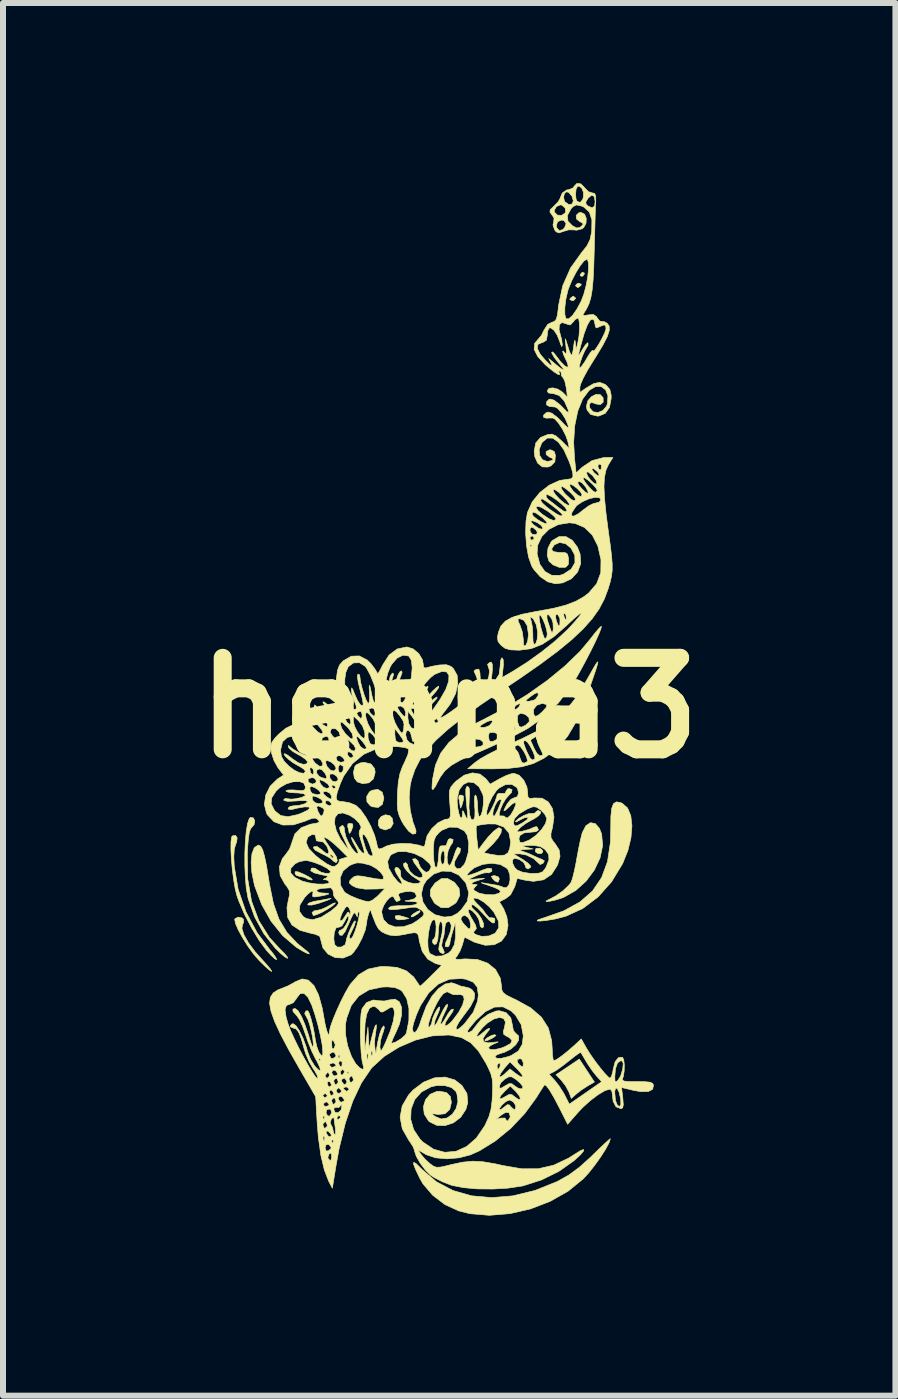
<source format=kicad_pcb>
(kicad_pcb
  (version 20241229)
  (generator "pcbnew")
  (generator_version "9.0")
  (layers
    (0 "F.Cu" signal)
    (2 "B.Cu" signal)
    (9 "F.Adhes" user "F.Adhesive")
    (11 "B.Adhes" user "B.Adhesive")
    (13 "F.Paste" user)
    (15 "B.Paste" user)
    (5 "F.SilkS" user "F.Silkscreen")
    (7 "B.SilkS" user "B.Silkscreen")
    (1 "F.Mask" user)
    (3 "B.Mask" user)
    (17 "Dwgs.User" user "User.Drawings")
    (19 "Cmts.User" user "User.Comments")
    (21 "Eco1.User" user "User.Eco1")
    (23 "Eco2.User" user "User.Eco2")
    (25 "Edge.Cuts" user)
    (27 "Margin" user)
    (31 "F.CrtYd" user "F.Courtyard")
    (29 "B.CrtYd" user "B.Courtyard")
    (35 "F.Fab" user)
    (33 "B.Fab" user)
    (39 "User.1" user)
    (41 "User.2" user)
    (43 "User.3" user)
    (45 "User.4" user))
  (footprint "henna3"
    (layer "F.Cu")
    (at 4.434 8.744)
    (property "Reference" "henna3" (at 0 0 0) (layer "F.SilkS") (effects (font (size 1.524 1.524) (thickness 0.3))))
    (attr through_hole)
    (fp_poly (pts (xy -0.773 3.474) (xy -0.671 3.508) (xy -0.772 3.527) (xy -0.852 3.53) (xy -0.893 3.512) (xy -0.901 3.467) (xy -0.85 3.456) (xy -0.773 3.474)) (stroke (width 0.01) (type solid)) (fill yes) (layer "F.SilkS"))
    (fp_poly (pts (xy 2.247 -7.248) (xy 2.252 -7.231) (xy 2.227 -7.197) (xy 2.212 -7.19) (xy 2.181 -7.201) (xy 2.183 -7.219) (xy 2.214 -7.257) (xy 2.247 -7.248)) (stroke (width 0.01) (type solid)) (fill yes) (layer "F.SilkS"))
    (fp_poly (pts (xy -0.486 3.394) (xy -0.524 3.43) (xy -0.593 3.472) (xy -0.631 3.483) (xy -0.634 3.466) (xy -0.597 3.43) (xy -0.528 3.389) (xy -0.49 3.377) (xy -0.486 3.394)) (stroke (width 0.01) (type solid)) (fill yes) (layer "F.SilkS"))
    (fp_poly (pts (xy 1.556 2.375) (xy 1.56 2.397) (xy 1.534 2.427) (xy 1.479 2.426) (xy 1.435 2.397) (xy 1.439 2.351) (xy 1.451 2.341) (xy 1.511 2.336) (xy 1.556 2.375)) (stroke (width 0.01) (type solid)) (fill yes) (layer "F.SilkS"))
    (fp_poly (pts (xy 2.104 -6.83) (xy 2.105 -6.822) (xy 2.075 -6.79) (xy 2.048 -6.785) (xy 2.01 -6.803) (xy 2.014 -6.822) (xy 2.06 -6.857) (xy 2.07 -6.858) (xy 2.104 -6.83)) (stroke (width 0.01) (type solid)) (fill yes) (layer "F.SilkS"))
    (fp_poly (pts (xy 2.199 -7.058) (xy 2.195 -7.039) (xy 2.149 -7.005) (xy 2.139 -7.003) (xy 2.106 -7.031) (xy 2.105 -7.039) (xy 2.134 -7.071) (xy 2.161 -7.076) (xy 2.199 -7.058)) (stroke (width 0.01) (type solid)) (fill yes) (layer "F.SilkS"))
    (fp_poly (pts (xy -1.609 1.933) (xy -1.605 1.975) (xy -1.633 2.05) (xy -1.658 2.09) (xy -1.667 2.08) (xy -1.681 2.01) (xy -1.691 1.981) (xy -1.688 1.932) (xy -1.655 1.923) (xy -1.609 1.933)) (stroke (width 0.01) (type solid)) (fill yes) (layer "F.SilkS"))
    (fp_poly (pts (xy 0.779 5.458) (xy 0.731 5.494) (xy 0.726 5.497) (xy 0.644 5.537) (xy 0.597 5.547) (xy 0.597 5.529) (xy 0.633 5.496) (xy 0.711 5.454) (xy 0.76 5.444) (xy 0.779 5.458)) (stroke (width 0.01) (type solid)) (fill yes) (layer "F.SilkS"))
    (fp_poly (pts (xy 0.82 2.816) (xy 0.835 2.848) (xy 0.817 2.897) (xy 0.803 2.903) (xy 0.755 2.878) (xy 0.726 2.848) (xy 0.702 2.807) (xy 0.74 2.794) (xy 0.758 2.794) (xy 0.82 2.816)) (stroke (width 0.01) (type solid)) (fill yes) (layer "F.SilkS"))
    (fp_poly (pts (xy -0.99 1.795) (xy -0.948 1.841) (xy -0.934 1.927) (xy -0.976 1.999) (xy -1.06 2.032) (xy -1.069 2.032) (xy -1.152 2.003) (xy -1.18 1.958) (xy -1.179 1.872) (xy -1.133 1.809) (xy -1.063 1.78) (xy -0.99 1.795)) (stroke (width 0.01) (type solid)) (fill yes) (layer "F.SilkS"))
    (fp_poly (pts (xy 0.236 1.467) (xy 0.237 1.527) (xy 0.231 1.551) (xy 0.206 1.64) (xy 0.188 1.667) (xy 0.181 1.626) (xy 0.181 1.624) (xy 0.168 1.537) (xy 0.159 1.509) (xy 0.163 1.46) (xy 0.196 1.451) (xy 0.236 1.467)) (stroke (width 0.01) (type solid)) (fill yes) (layer "F.SilkS"))
    (fp_poly (pts (xy 2.293 6.041) (xy 2.419 6.233) (xy 2.307 6.297) (xy 2.203 6.364) (xy 2.115 6.433) (xy 2.034 6.506) (xy 1.995 6.401) (xy 1.94 6.298) (xy 1.867 6.203) (xy 1.779 6.111) (xy 2.167 5.85) (xy 2.293 6.041)) (stroke (width 0.01) (type solid)) (fill yes) (layer "F.SilkS"))
    (fp_poly (pts (xy -1.117 1.403) (xy -1.089 1.5) (xy -1.089 1.503) (xy -1.114 1.607) (xy -1.183 1.658) (xy -1.28 1.647) (xy -1.315 1.63) (xy -1.371 1.563) (xy -1.375 1.476) (xy -1.329 1.399) (xy -1.289 1.373) (xy -1.189 1.357) (xy -1.117 1.403)) (stroke (width 0.01) (type solid)) (fill yes) (layer "F.SilkS"))
    (fp_poly (pts (xy -2.521 2.73) (xy -2.425 2.77) (xy -2.377 2.794) (xy -2.304 2.836) (xy -2.28 2.863) (xy -2.29 2.867) (xy -2.355 2.853) (xy -2.371 2.842) (xy -2.423 2.82) (xy -2.474 2.812) (xy -2.544 2.791) (xy -2.568 2.764) (xy -2.567 2.728) (xy -2.521 2.73)) (stroke (width 0.01) (type solid)) (fill yes) (layer "F.SilkS"))
    (fp_poly (pts (xy -2.001 3.192) (xy -2.032 3.205) (xy -2.181 3.257) (xy -2.29 3.284) (xy -2.35 3.283) (xy -2.359 3.271) (xy -2.327 3.246) (xy -2.247 3.222) (xy -2.223 3.218) (xy -2.105 3.198) (xy -2.002 3.178) (xy -1.996 3.176) (xy -1.967 3.174) (xy -2.001 3.192)) (stroke (width 0.01) (type solid)) (fill yes) (layer "F.SilkS"))
    (fp_poly (pts (xy -1.304 0.934) (xy -1.243 1.01) (xy -1.234 1.075) (xy -1.263 1.182) (xy -1.339 1.248) (xy -1.443 1.262) (xy -1.533 1.231) (xy -1.581 1.167) (xy -1.595 1.072) (xy -1.574 0.981) (xy -1.553 0.951) (xy -1.485 0.917) (xy -1.415 0.907) (xy -1.304 0.934)) (stroke (width 0.01) (type solid)) (fill yes) (layer "F.SilkS"))
    (fp_poly (pts (xy -1.899 3.256) (xy -1.944 3.298) (xy -2.025 3.351) (xy -2.119 3.404) (xy -2.204 3.443) (xy -2.259 3.458) (xy -2.266 3.455) (xy -2.285 3.407) (xy -2.242 3.378) (xy -2.209 3.375) (xy -2.129 3.356) (xy -2.028 3.31) (xy -2.003 3.295) (xy -1.93 3.255) (xy -1.897 3.248) (xy -1.899 3.256)) (stroke (width 0.01) (type solid)) (fill yes) (layer "F.SilkS"))
    (fp_poly (pts (xy 0.086 2.905) (xy 0.086 2.905) (xy 0.164 3.006) (xy 0.177 3.121) (xy 0.123 3.232) (xy 0.097 3.259) (xy -0.017 3.328) (xy -0.133 3.328) (xy -0.236 3.26) (xy -0.251 3.243) (xy -0.316 3.127) (xy -0.311 3.024) (xy -0.238 2.919) (xy -0.238 2.919) (xy -0.133 2.845) (xy -0.03 2.841) (xy 0.086 2.905)) (stroke (width 0.01) (type solid)) (fill yes) (layer "F.SilkS"))
    (fp_poly (pts (xy -3.453 3.498) (xy -3.428 3.521) (xy -3.427 3.579) (xy -3.442 3.604) (xy -3.454 3.673) (xy -3.42 3.78) (xy -3.345 3.913) (xy -3.234 4.062) (xy -3.134 4.174) (xy -3.044 4.273) (xy -2.981 4.348) (xy -2.957 4.387) (xy -2.959 4.391) (xy -2.997 4.366) (xy -3.07 4.302) (xy -3.163 4.211) (xy -3.173 4.2) (xy -3.264 4.094) (xy -3.357 3.965) (xy -3.443 3.828) (xy -3.514 3.699) (xy -3.56 3.593) (xy -3.574 3.524) (xy -3.571 3.514) (xy -3.518 3.485) (xy -3.453 3.498)) (stroke (width 0.01) (type solid)) (fill yes) (layer "F.SilkS"))
    (fp_poly (pts (xy -3.141 2.304) (xy -3.108 2.364) (xy -3.077 2.472) (xy -3.043 2.635) (xy -3.006 2.862) (xy -2.994 2.939) (xy -2.929 3.258) (xy -2.836 3.52) (xy -2.706 3.737) (xy -2.533 3.922) (xy -2.413 4.019) (xy -2.344 4.074) (xy -2.33 4.097) (xy -2.362 4.091) (xy -2.431 4.057) (xy -2.528 3.999) (xy -2.559 3.978) (xy -2.774 3.794) (xy -2.967 3.555) (xy -3.125 3.274) (xy -3.24 2.969) (xy -3.249 2.934) (xy -3.288 2.742) (xy -3.3 2.569) (xy -3.286 2.428) (xy -3.248 2.329) (xy -3.187 2.287) (xy -3.175 2.286) (xy -3.141 2.304)) (stroke (width 0.01) (type solid)) (fill yes) (layer "F.SilkS"))
    (fp_poly (pts (xy -3.533 2.164) (xy -3.542 2.237) (xy -3.555 2.266) (xy -3.581 2.352) (xy -3.589 2.482) (xy -3.581 2.639) (xy -3.517 3.021) (xy -3.388 3.395) (xy -3.2 3.746) (xy -2.998 4.015) (xy -2.926 4.104) (xy -2.883 4.169) (xy -2.876 4.194) (xy -2.907 4.179) (xy -2.97 4.12) (xy -3.044 4.039) (xy -3.165 3.876) (xy -3.291 3.668) (xy -3.409 3.441) (xy -3.504 3.22) (xy -3.536 3.13) (xy -3.566 3.011) (xy -3.592 2.859) (xy -3.614 2.689) (xy -3.629 2.517) (xy -3.637 2.359) (xy -3.636 2.232) (xy -3.625 2.152) (xy -3.615 2.133) (xy -3.56 2.123) (xy -3.533 2.164)) (stroke (width 0.01) (type solid)) (fill yes) (layer "F.SilkS"))
    (fp_poly (pts (xy 2.433 1.927) (xy 2.502 2.006) (xy 2.539 2.1) (xy 2.556 2.294) (xy 2.513 2.499) (xy 2.418 2.701) (xy 2.28 2.886) (xy 2.108 3.041) (xy 1.911 3.153) (xy 1.862 3.172) (xy 1.759 3.203) (xy 1.675 3.221) (xy 1.622 3.227) (xy 1.612 3.218) (xy 1.658 3.193) (xy 1.668 3.189) (xy 1.78 3.129) (xy 1.897 3.045) (xy 1.992 2.956) (xy 2.032 2.903) (xy 2.055 2.836) (xy 2.084 2.719) (xy 2.114 2.573) (xy 2.124 2.514) (xy 2.154 2.354) (xy 2.184 2.208) (xy 2.211 2.1) (xy 2.217 2.078) (xy 2.277 1.962) (xy 2.353 1.912) (xy 2.433 1.927)) (stroke (width 0.01) (type solid)) (fill yes) (layer "F.SilkS"))
    (fp_poly (pts (xy 2.857 1.578) (xy 2.882 1.589) (xy 2.971 1.667) (xy 3.025 1.796) (xy 3.044 1.965) (xy 3.028 2.161) (xy 2.978 2.371) (xy 2.893 2.584) (xy 2.89 2.591) (xy 2.705 2.896) (xy 2.481 3.148) (xy 2.225 3.341) (xy 1.941 3.471) (xy 1.762 3.517) (xy 1.614 3.541) (xy 1.513 3.551) (xy 1.465 3.548) (xy 1.476 3.532) (xy 1.552 3.504) (xy 1.578 3.497) (xy 1.912 3.379) (xy 2.18 3.231) (xy 2.388 3.049) (xy 2.539 2.826) (xy 2.637 2.56) (xy 2.685 2.243) (xy 2.691 2.009) (xy 2.693 1.808) (xy 2.707 1.673) (xy 2.737 1.594) (xy 2.786 1.565) (xy 2.857 1.578)) (stroke (width 0.01) (type solid)) (fill yes) (layer "F.SilkS"))
    (fp_poly (pts (xy -3.261 1.833) (xy -3.24 1.883) (xy -3.251 1.945) (xy -3.281 1.98) (xy -3.31 2.014) (xy -3.331 2.076) (xy -3.346 2.177) (xy -3.359 2.332) (xy -3.364 2.437) (xy -3.357 2.849) (xy -3.294 3.217) (xy -3.173 3.542) (xy -2.994 3.827) (xy -2.823 4.013) (xy -2.742 4.094) (xy -2.696 4.151) (xy -2.693 4.173) (xy -2.738 4.148) (xy -2.815 4.084) (xy -2.9 4) (xy -3.088 3.762) (xy -3.242 3.482) (xy -3.347 3.186) (xy -3.355 3.153) (xy -3.381 3.005) (xy -3.397 2.824) (xy -3.405 2.626) (xy -3.405 2.423) (xy -3.397 2.23) (xy -3.382 2.06) (xy -3.36 1.927) (xy -3.331 1.843) (xy -3.311 1.823) (xy -3.261 1.833)) (stroke (width 0.01) (type solid)) (fill yes) (layer "F.SilkS"))
    (fp_poly (pts (xy 2.663 7.244) (xy 2.605 7.352) (xy 2.522 7.482) (xy 2.424 7.619) (xy 2.323 7.747) (xy 2.234 7.844) (xy 1.979 8.052) (xy 1.68 8.221) (xy 1.352 8.347) (xy 1.011 8.425) (xy 0.67 8.453) (xy 0.345 8.426) (xy 0.16 8.38) (xy -0.07 8.275) (xy -0.275 8.119) (xy -0.437 7.929) (xy -0.487 7.842) (xy -0.559 7.692) (xy -0.594 7.601) (xy -0.591 7.569) (xy -0.549 7.594) (xy -0.469 7.673) (xy -0.452 7.69) (xy -0.214 7.894) (xy 0.063 8.04) (xy 0.372 8.128) (xy 0.706 8.158) (xy 1.059 8.129) (xy 1.424 8.04) (xy 1.795 7.892) (xy 1.814 7.882) (xy 1.994 7.781) (xy 2.168 7.653) (xy 2.357 7.483) (xy 2.386 7.454) (xy 2.503 7.34) (xy 2.599 7.25) (xy 2.663 7.192) (xy 2.685 7.176) (xy 2.663 7.244)) (stroke (width 0.01) (type solid)) (fill yes) (layer "F.SilkS"))
    (fp_poly (pts (xy 2.47 -0.727) (xy 2.44 -0.629) (xy 2.386 -0.47) (xy 2.317 -0.272) (xy 2.201 0.032) (xy 2.089 0.275) (xy 1.975 0.467) (xy 1.853 0.618) (xy 1.751 0.713) (xy 1.578 0.838) (xy 1.404 0.925) (xy 1.212 0.98) (xy 0.982 1.008) (xy 0.733 1.015) (xy 0.308 1.013) (xy 0.433 0.907) (xy 0.52 0.846) (xy 0.653 0.771) (xy 0.81 0.692) (xy 0.904 0.649) (xy 0.927 0.639) (xy 1.095 0.639) (xy 1.099 0.685) (xy 1.122 0.706) (xy 1.153 0.753) (xy 1.179 0.833) (xy 1.21 0.91) (xy 1.254 0.919) (xy 1.301 0.893) (xy 1.306 0.884) (xy 1.288 0.814) (xy 1.246 0.729) (xy 1.194 0.654) (xy 1.149 0.617) (xy 1.145 0.617) (xy 1.095 0.639) (xy 0.927 0.639) (xy 1.038 0.59) (xy 1.24 0.59) (xy 1.268 0.668) (xy 1.295 0.732) (xy 1.344 0.83) (xy 1.382 0.867) (xy 1.42 0.854) (xy 1.426 0.848) (xy 1.425 0.805) (xy 1.396 0.727) (xy 1.352 0.641) (xy 1.305 0.571) (xy 1.269 0.544) (xy 1.241 0.553) (xy 1.24 0.59) (xy 1.038 0.59) (xy 1.139 0.544) (xy 1.355 0.544) (xy 1.355 0.544) (xy 1.376 0.587) (xy 1.411 0.667) (xy 1.417 0.68) (xy 1.462 0.759) (xy 1.508 0.797) (xy 1.514 0.798) (xy 1.557 0.786) (xy 1.56 0.778) (xy 1.545 0.736) (xy 1.508 0.658) (xy 1.503 0.648) (xy 1.47 0.569) (xy 1.464 0.521) (xy 1.465 0.518) (xy 1.491 0.535) (xy 1.532 0.6) (xy 1.547 0.63) (xy 1.596 0.713) (xy 1.636 0.733) (xy 1.654 0.724) (xy 1.682 0.658) (xy 1.66 0.571) (xy 1.6 0.493) (xy 1.541 0.457) (xy 1.474 0.467) (xy 1.44 0.481) (xy 1.375 0.518) (xy 1.355 0.544) (xy 1.139 0.544) (xy 1.207 0.514) (xy 1.395 0.421) (xy 1.625 0.421) (xy 1.662 0.508) (xy 1.662 0.509) (xy 1.72 0.592) (xy 1.76 0.612) (xy 1.778 0.567) (xy 1.778 0.551) (xy 1.759 0.472) (xy 1.715 0.404) (xy 1.664 0.372) (xy 1.641 0.376) (xy 1.625 0.421) (xy 1.395 0.421) (xy 1.452 0.393) (xy 1.651 0.277) (xy 1.815 0.157) (xy 1.955 0.024) (xy 2.082 -0.133) (xy 2.207 -0.322) (xy 2.341 -0.552) (xy 2.36 -0.586) (xy 2.421 -0.694) (xy 2.46 -0.756) (xy 2.477 -0.768) (xy 2.47 -0.727)) (stroke (width 0.01) (type solid)) (fill yes) (layer "F.SilkS"))
    (fp_poly (pts (xy 2.528 -1.32) (xy 2.493 -1.231) (xy 2.435 -1.104) (xy 2.361 -0.954) (xy 2.278 -0.793) (xy 2.193 -0.635) (xy 2.112 -0.492) (xy 2.042 -0.378) (xy 2.029 -0.359) (xy 1.815 -0.079) (xy 1.583 0.148) (xy 1.314 0.339) (xy 1.038 0.487) (xy 0.852 0.574) (xy 0.662 0.661) (xy 0.492 0.736) (xy 0.388 0.78) (xy 0.183 0.871) (xy 0.035 0.956) (xy -0.07 1.045) (xy -0.148 1.151) (xy -0.171 1.193) (xy -0.233 1.311) (xy -0.271 1.362) (xy -0.287 1.346) (xy -0.284 1.262) (xy -0.277 1.187) (xy -0.23 0.954) (xy -0.141 0.752) (xy -0.016 0.59) (xy 0.37 0.59) (xy 0.38 0.639) (xy 0.447 0.653) (xy 0.449 0.653) (xy 0.528 0.639) (xy 0.565 0.613) (xy 0.562 0.565) (xy 0.512 0.527) (xy 0.44 0.517) (xy 0.436 0.518) (xy 0.383 0.557) (xy 0.37 0.59) (xy -0.016 0.59) (xy -0.004 0.574) (xy 0.128 0.463) (xy 0.653 0.463) (xy 0.664 0.532) (xy 0.676 0.555) (xy 0.723 0.56) (xy 0.783 0.53) (xy 0.823 0.484) (xy 0.825 0.46) (xy 0.782 0.421) (xy 0.732 0.406) (xy 0.669 0.414) (xy 0.653 0.463) (xy 0.128 0.463) (xy 0.13 0.461) (xy 0.258 0.461) (xy 0.294 0.454) (xy 0.301 0.451) (xy 0.345 0.422) (xy 0.346 0.406) (xy 0.307 0.41) (xy 0.281 0.431) (xy 0.258 0.461) (xy 0.13 0.461) (xy 0.189 0.411) (xy 0.294 0.347) (xy 0.881 0.347) (xy 0.896 0.418) (xy 0.925 0.467) (xy 0.938 0.472) (xy 0.984 0.453) (xy 1.046 0.414) (xy 1.1 0.363) (xy 1.096 0.318) (xy 1.086 0.305) (xy 1.018 0.262) (xy 0.939 0.258) (xy 0.889 0.291) (xy 0.881 0.347) (xy 0.294 0.347) (xy 0.357 0.309) (xy 0.508 0.309) (xy 0.536 0.327) (xy 0.598 0.322) (xy 0.662 0.298) (xy 0.682 0.283) (xy 0.724 0.226) (xy 0.718 0.217) (xy 1.136 0.217) (xy 1.139 0.233) (xy 1.164 0.307) (xy 1.201 0.321) (xy 1.272 0.289) (xy 1.334 0.229) (xy 1.328 0.16) (xy 1.266 0.107) (xy 1.236 0.1) (xy 1.405 0.1) (xy 1.43 0.139) (xy 1.472 0.13) (xy 1.546 0.069) (xy 1.549 0.066) (xy 1.617 -0.01) (xy 1.623 -0.055) (xy 1.566 -0.072) (xy 1.543 -0.073) (xy 1.458 -0.044) (xy 1.406 0.023) (xy 1.405 0.1) (xy 1.236 0.1) (xy 1.185 0.088) (xy 1.138 0.127) (xy 1.136 0.217) (xy 0.718 0.217) (xy 0.708 0.205) (xy 0.639 0.225) (xy 0.617 0.236) (xy 0.543 0.278) (xy 0.508 0.308) (xy 0.508 0.309) (xy 0.357 0.309) (xy 0.444 0.257) (xy 0.589 0.184) (xy 0.615 0.17) (xy 0.809 0.17) (xy 0.84 0.181) (xy 0.844 0.181) (xy 0.911 0.156) (xy 0.943 0.127) (xy 0.969 0.084) (xy 0.938 0.073) (xy 0.934 0.073) (xy 0.867 0.098) (xy 0.835 0.127) (xy 0.809 0.17) (xy 0.615 0.17) (xy 0.89 0.026) (xy 1.067 0.026) (xy 1.08 0.036) (xy 1.131 0.011) (xy 1.161 -0.018) (xy 1.183 -0.062) (xy 1.17 -0.073) (xy 1.119 -0.048) (xy 1.089 -0.018) (xy 1.067 0.026) (xy 0.89 0.026) (xy 0.951 -0.007) (xy 1.124 -0.113) (xy 1.282 -0.113) (xy 1.326 -0.11) (xy 1.409 -0.129) (xy 1.444 -0.152) (xy 1.483 -0.21) (xy 1.479 -0.248) (xy 1.46 -0.253) (xy 1.415 -0.232) (xy 1.345 -0.183) (xy 1.343 -0.181) (xy 1.284 -0.133) (xy 1.282 -0.113) (xy 1.124 -0.113) (xy 1.304 -0.224) (xy 1.634 -0.458) (xy 1.93 -0.701) (xy 2.179 -0.942) (xy 2.344 -1.139) (xy 2.427 -1.246) (xy 2.493 -1.324) (xy 2.531 -1.359) (xy 2.535 -1.359) (xy 2.528 -1.32)) (stroke (width 0.01) (type solid)) (fill yes) (layer "F.SilkS"))
    (fp_poly (pts (xy 2.193 -8.731) (xy 2.255 -8.668) (xy 2.258 -8.663) (xy 2.319 -8.601) (xy 2.377 -8.582) (xy 2.423 -8.571) (xy 2.441 -8.526) (xy 2.441 -8.436) (xy 2.437 -8.354) (xy 2.432 -8.213) (xy 2.427 -8.029) (xy 2.421 -7.817) (xy 2.416 -7.62) (xy 2.408 -7.343) (xy 2.397 -7.127) (xy 2.381 -6.961) (xy 2.359 -6.834) (xy 2.329 -6.734) (xy 2.289 -6.651) (xy 2.266 -6.614) (xy 2.229 -6.552) (xy 2.241 -6.535) (xy 2.312 -6.547) (xy 2.317 -6.548) (xy 2.402 -6.555) (xy 2.452 -6.52) (xy 2.467 -6.496) (xy 2.508 -6.445) (xy 2.536 -6.439) (xy 2.585 -6.434) (xy 2.63 -6.409) (xy 2.665 -6.362) (xy 2.667 -6.291) (xy 2.634 -6.188) (xy 2.561 -6.046) (xy 2.447 -5.857) (xy 2.395 -5.775) (xy 2.306 -5.629) (xy 2.234 -5.497) (xy 2.189 -5.395) (xy 2.177 -5.348) (xy 2.177 -5.256) (xy 2.277 -5.327) (xy 2.406 -5.403) (xy 2.506 -5.424) (xy 2.593 -5.392) (xy 2.616 -5.375) (xy 2.676 -5.306) (xy 2.698 -5.211) (xy 2.698 -5.155) (xy 2.67 -5.008) (xy 2.599 -4.907) (xy 2.493 -4.863) (xy 2.469 -4.862) (xy 2.357 -4.889) (xy 2.296 -4.964) (xy 2.286 -5.03) (xy 2.31 -5.118) (xy 2.369 -5.185) (xy 2.444 -5.223) (xy 2.516 -5.22) (xy 2.564 -5.168) (xy 2.565 -5.094) (xy 2.518 -5.054) (xy 2.444 -5.064) (xy 2.432 -5.071) (xy 2.363 -5.091) (xy 2.333 -5.054) (xy 2.343 -4.995) (xy 2.397 -4.934) (xy 2.476 -4.921) (xy 2.558 -4.954) (xy 2.62 -5.025) (xy 2.635 -5.065) (xy 2.644 -5.199) (xy 2.606 -5.298) (xy 2.533 -5.353) (xy 2.438 -5.354) (xy 2.333 -5.292) (xy 2.332 -5.292) (xy 2.223 -5.147) (xy 2.142 -4.947) (xy 2.091 -4.702) (xy 2.073 -4.424) (xy 2.088 -4.156) (xy 2.114 -3.914) (xy 2.12 -3.92) (xy 2.286 -3.92) (xy 2.305 -3.864) (xy 2.351 -3.801) (xy 2.404 -3.749) (xy 2.448 -3.729) (xy 2.462 -3.739) (xy 2.448 -3.79) (xy 2.395 -3.862) (xy 2.381 -3.877) (xy 2.315 -3.931) (xy 2.287 -3.929) (xy 2.286 -3.92) (xy 2.12 -3.92) (xy 2.172 -3.969) (xy 2.378 -3.969) (xy 2.413 -3.919) (xy 2.471 -3.87) (xy 2.5 -3.869) (xy 2.487 -3.91) (xy 2.468 -3.936) (xy 2.413 -3.982) (xy 2.385 -3.991) (xy 2.378 -3.969) (xy 2.172 -3.969) (xy 2.209 -4.005) (xy 2.241 -4.027) (xy 2.476 -4.027) (xy 2.489 -3.987) (xy 2.516 -3.959) (xy 2.532 -3.986) (xy 2.533 -4.043) (xy 2.526 -4.054) (xy 2.491 -4.063) (xy 2.476 -4.027) (xy 2.241 -4.027) (xy 2.379 -4.12) (xy 2.572 -4.171) (xy 2.618 -4.173) (xy 2.727 -4.173) (xy 2.652 -4.051) (xy 2.611 -3.96) (xy 2.586 -3.843) (xy 2.578 -3.691) (xy 2.587 -3.494) (xy 2.612 -3.243) (xy 2.649 -2.958) (xy 2.682 -2.72) (xy 2.704 -2.539) (xy 2.715 -2.4) (xy 2.715 -2.289) (xy 2.703 -2.192) (xy 2.68 -2.092) (xy 2.648 -1.985) (xy 2.584 -1.814) (xy 2.497 -1.649) (xy 2.381 -1.485) (xy 2.232 -1.317) (xy 2.043 -1.139) (xy 1.81 -0.947) (xy 1.527 -0.736) (xy 1.189 -0.5) (xy 0.889 -0.299) (xy 0.529 -0.056) (xy 0.228 0.16) (xy -0.018 0.354) (xy -0.216 0.533) (xy -0.371 0.701) (xy -0.488 0.864) (xy -0.572 1.028) (xy -0.63 1.199) (xy -0.651 1.296) (xy -0.667 1.493) (xy -0.649 1.709) (xy -0.603 1.906) (xy -0.578 1.969) (xy -0.553 2.047) (xy -0.558 2.094) (xy -0.61 2.102) (xy -0.678 2.051) (xy -0.754 1.95) (xy -0.792 1.885) (xy -0.834 1.793) (xy -0.858 1.706) (xy -0.866 1.598) (xy -0.863 1.446) (xy -0.862 1.415) (xy -0.848 1.234) (xy -0.822 1.097) (xy -0.778 0.975) (xy -0.747 0.912) (xy -0.688 0.777) (xy -0.675 0.698) (xy -0.684 0.68) (xy -0.737 0.661) (xy -0.839 0.647) (xy -0.95 0.643) (xy -1.199 0.675) (xy -1.423 0.772) (xy -1.612 0.927) (xy -1.758 1.135) (xy -1.813 1.258) (xy -1.864 1.402) (xy -1.883 1.491) (xy -1.869 1.539) (xy -1.821 1.558) (xy -1.775 1.56) (xy -1.661 1.58) (xy -1.555 1.623) (xy -1.476 1.697) (xy -1.389 1.82) (xy -1.307 1.969) (xy -1.243 2.123) (xy -1.212 2.236) (xy -1.194 2.321) (xy -1.169 2.351) (xy -1.114 2.336) (xy -1.046 2.301) (xy -0.938 2.27) (xy -0.791 2.257) (xy -0.635 2.263) (xy -0.501 2.287) (xy -0.463 2.301) (xy -0.414 2.309) (xy -0.399 2.259) (xy -0.399 2.25) (xy -0.369 2.13) (xy -0.292 2.011) (xy -0.198 1.924) (xy 1.07 1.924) (xy 1.072 1.933) (xy 1.094 1.965) (xy 1.135 1.961) (xy 1.216 1.918) (xy 1.224 1.913) (xy 1.294 1.864) (xy 1.318 1.829) (xy 1.311 1.822) (xy 1.252 1.83) (xy 1.174 1.869) (xy 1.117 1.9) (xy 1.103 1.894) (xy 1.105 1.89) (xy 1.156 1.842) (xy 1.238 1.795) (xy 1.321 1.762) (xy 1.376 1.758) (xy 1.377 1.759) (xy 1.423 1.754) (xy 1.433 1.742) (xy 1.478 1.707) (xy 1.517 1.723) (xy 1.524 1.751) (xy 1.493 1.793) (xy 1.418 1.845) (xy 1.379 1.865) (xy 1.273 1.925) (xy 1.187 1.99) (xy 1.171 2.006) (xy 1.133 2.052) (xy 1.142 2.066) (xy 1.209 2.056) (xy 1.234 2.05) (xy 1.33 2.024) (xy 1.396 1.995) (xy 1.4 1.992) (xy 1.45 1.977) (xy 1.464 1.984) (xy 1.487 2.033) (xy 1.444 2.062) (xy 1.382 2.068) (xy 1.248 2.082) (xy 1.177 2.126) (xy 1.161 2.181) (xy 1.176 2.236) (xy 1.226 2.244) (xy 1.321 2.206) (xy 1.34 2.197) (xy 1.445 2.124) (xy 1.538 2.027) (xy 1.604 1.928) (xy 1.626 1.845) (xy 1.626 1.84) (xy 1.59 1.768) (xy 1.52 1.696) (xy 1.519 1.696) (xy 1.452 1.652) (xy 1.397 1.646) (xy 1.32 1.675) (xy 1.296 1.686) (xy 1.164 1.765) (xy 1.085 1.847) (xy 1.07 1.924) (xy -0.198 1.924) (xy -0.187 1.914) (xy -0.072 1.857) (xy -0.024 1.851) (xy 0.005 1.84) (xy 0.019 1.797) (xy 0.019 1.709) (xy 0.011 1.598) (xy 0.008 1.561) (xy 0.132 1.561) (xy 0.142 1.665) (xy 0.16 1.756) (xy 0.182 1.819) (xy 0.202 1.841) (xy 0.216 1.811) (xy 0.219 1.778) (xy 0.223 1.715) (xy 0.235 1.721) (xy 0.255 1.769) (xy 0.289 1.838) (xy 0.306 1.837) (xy 0.305 1.766) (xy 0.304 1.751) (xy 0.285 1.562) (xy 0.276 1.434) (xy 0.276 1.357) (xy 0.286 1.318) (xy 0.305 1.306) (xy 0.307 1.306) (xy 0.332 1.333) (xy 0.339 1.417) (xy 0.334 1.504) (xy 0.329 1.66) (xy 0.34 1.781) (xy 0.365 1.854) (xy 0.401 1.867) (xy 0.405 1.865) (xy 0.427 1.812) (xy 0.429 1.7) (xy 0.424 1.646) (xy 0.419 1.536) (xy 0.426 1.466) (xy 0.438 1.451) (xy 0.457 1.484) (xy 0.469 1.568) (xy 0.472 1.633) (xy 0.478 1.736) (xy 0.493 1.802) (xy 0.505 1.814) (xy 0.533 1.782) (xy 0.552 1.716) (xy 0.626 1.716) (xy 0.626 1.787) (xy 0.646 1.78) (xy 0.658 1.762) (xy 0.726 1.762) (xy 0.735 1.81) (xy 0.763 1.79) (xy 0.807 1.703) (xy 0.816 1.683) (xy 0.855 1.587) (xy 0.868 1.54) (xy 0.858 1.525) (xy 0.84 1.524) (xy 0.804 1.554) (xy 0.764 1.626) (xy 0.734 1.71) (xy 0.726 1.762) (xy 0.658 1.762) (xy 0.682 1.725) (xy 0.725 1.643) (xy 0.765 1.554) (xy 0.792 1.477) (xy 0.798 1.443) (xy 0.827 1.422) (xy 0.871 1.426) (xy 0.931 1.423) (xy 0.943 1.394) (xy 0.973 1.348) (xy 0.998 1.343) (xy 1.047 1.361) (xy 1.037 1.41) (xy 0.995 1.453) (xy 0.941 1.515) (xy 0.892 1.597) (xy 0.854 1.683) (xy 0.833 1.757) (xy 0.836 1.8) (xy 0.868 1.798) (xy 0.915 1.802) (xy 0.925 1.814) (xy 0.967 1.836) (xy 1.022 1.786) (xy 1.073 1.7) (xy 1.111 1.608) (xy 1.104 1.573) (xy 1.054 1.596) (xy 1 1.646) (xy 0.933 1.707) (xy 0.911 1.712) (xy 0.932 1.66) (xy 0.969 1.593) (xy 1.026 1.524) (xy 1.082 1.497) (xy 1.086 1.497) (xy 1.135 1.478) (xy 1.155 1.418) (xy 1.139 1.346) (xy 1.123 1.323) (xy 1.041 1.273) (xy 0.936 1.278) (xy 0.83 1.335) (xy 0.786 1.378) (xy 0.715 1.484) (xy 0.658 1.605) (xy 0.626 1.716) (xy 0.552 1.716) (xy 0.556 1.702) (xy 0.569 1.6) (xy 0.57 1.5) (xy 0.561 1.444) (xy 0.497 1.315) (xy 0.412 1.246) (xy 0.32 1.234) (xy 0.234 1.275) (xy 0.167 1.365) (xy 0.134 1.5) (xy 0.132 1.561) (xy 0.008 1.561) (xy 0.001 1.465) (xy 0.004 1.38) (xy 0.027 1.319) (xy 0.076 1.259) (xy 0.118 1.217) (xy 0.251 1.12) (xy 0.387 1.082) (xy 0.513 1.103) (xy 0.61 1.179) (xy 0.682 1.27) (xy 0.84 1.18) (xy 0.949 1.126) (xy 1.044 1.094) (xy 1.077 1.089) (xy 1.165 1.121) (xy 1.242 1.204) (xy 1.294 1.316) (xy 1.306 1.401) (xy 1.311 1.482) (xy 1.34 1.509) (xy 1.413 1.501) (xy 1.415 1.5) (xy 1.547 1.504) (xy 1.651 1.566) (xy 1.719 1.675) (xy 1.745 1.819) (xy 1.721 1.989) (xy 1.72 1.993) (xy 1.694 2.095) (xy 1.696 2.161) (xy 1.732 2.223) (xy 1.762 2.258) (xy 1.831 2.365) (xy 1.846 2.472) (xy 1.809 2.603) (xy 1.801 2.623) (xy 1.705 2.774) (xy 1.572 2.863) (xy 1.403 2.889) (xy 1.275 2.872) (xy 1.133 2.84) (xy 1.091 2.98) (xy 1.022 3.113) (xy 0.943 3.175) (xy 0.836 3.23) (xy 0.908 3.348) (xy 0.96 3.479) (xy 0.98 3.621) (xy 0.951 3.774) (xy 0.871 3.884) (xy 0.751 3.945) (xy 0.599 3.954) (xy 0.427 3.905) (xy 0.389 3.887) (xy 0.255 3.818) (xy 0.22 3.945) (xy 0.18 4.05) (xy 0.132 4.131) (xy 0.129 4.135) (xy 0.102 4.17) (xy 0.113 4.186) (xy 0.175 4.188) (xy 0.264 4.181) (xy 0.469 4.191) (xy 0.642 4.253) (xy 0.772 4.359) (xy 0.851 4.503) (xy 0.871 4.635) (xy 0.876 4.698) (xy 0.9 4.744) (xy 0.957 4.787) (xy 1.062 4.839) (xy 1.116 4.864) (xy 1.359 4.998) (xy 1.536 5.152) (xy 1.651 5.332) (xy 1.707 5.544) (xy 1.715 5.667) (xy 1.72 5.78) (xy 1.731 5.856) (xy 1.743 5.878) (xy 1.792 5.856) (xy 1.877 5.796) (xy 1.983 5.711) (xy 2.089 5.618) (xy 2.2 5.515) (xy 2.281 5.659) (xy 2.347 5.766) (xy 2.43 5.884) (xy 2.517 5.998) (xy 2.597 6.094) (xy 2.657 6.155) (xy 2.681 6.169) (xy 2.695 6.149) (xy 2.758 6.149) (xy 2.762 6.22) (xy 2.782 6.229) (xy 2.813 6.201) (xy 2.857 6.129) (xy 2.888 6.025) (xy 2.891 6.012) (xy 2.899 5.921) (xy 2.881 5.883) (xy 2.857 5.878) (xy 2.805 5.912) (xy 2.77 6.008) (xy 2.758 6.149) (xy 2.695 6.149) (xy 2.704 6.136) (xy 2.726 6.056) (xy 2.732 6.018) (xy 2.765 5.893) (xy 2.82 5.825) (xy 2.885 5.819) (xy 2.907 5.859) (xy 2.917 5.944) (xy 2.915 6.046) (xy 2.901 6.138) (xy 2.89 6.171) (xy 2.886 6.2) (xy 2.915 6.217) (xy 2.992 6.225) (xy 3.127 6.225) (xy 3.127 6.225) (xy 3.267 6.227) (xy 3.35 6.236) (xy 3.391 6.258) (xy 3.403 6.284) (xy 3.389 6.354) (xy 3.315 6.391) (xy 3.188 6.392) (xy 3.074 6.372) (xy 2.871 6.324) (xy 2.892 6.5) (xy 2.9 6.61) (xy 2.89 6.663) (xy 2.861 6.677) (xy 2.779 6.645) (xy 2.731 6.555) (xy 2.721 6.47) (xy 2.714 6.412) (xy 2.758 6.412) (xy 2.77 6.542) (xy 2.803 6.621) (xy 2.839 6.64) (xy 2.859 6.608) (xy 2.857 6.522) (xy 2.854 6.507) (xy 2.83 6.403) (xy 2.8 6.342) (xy 2.774 6.332) (xy 2.759 6.381) (xy 2.758 6.412) (xy 2.714 6.412) (xy 2.71 6.388) (xy 2.682 6.35) (xy 2.679 6.35) (xy 2.596 6.375) (xy 2.481 6.443) (xy 2.351 6.541) (xy 2.223 6.657) (xy 2.151 6.733) (xy 1.973 6.936) (xy 1.839 6.67) (xy 1.745 6.491) (xy 1.669 6.363) (xy 1.615 6.291) (xy 1.586 6.28) (xy 1.562 6.317) (xy 1.511 6.397) (xy 1.45 6.495) (xy 1.257 6.759) (xy 1.025 7.004) (xy 0.768 7.215) (xy 0.504 7.378) (xy 0.355 7.445) (xy 0.164 7.495) (xy -0.038 7.512) (xy -0.228 7.495) (xy -0.38 7.444) (xy -0.397 7.435) (xy -0.522 7.359) (xy -0.466 7.443) (xy -0.395 7.526) (xy -0.313 7.599) (xy -0.258 7.637) (xy -0.209 7.653) (xy -0.141 7.649) (xy -0.036 7.626) (xy 0.028 7.609) (xy 0.22 7.568) (xy 0.391 7.551) (xy 0.566 7.561) (xy 0.77 7.596) (xy 0.895 7.624) (xy 1.208 7.678) (xy 1.485 7.677) (xy 1.74 7.618) (xy 1.988 7.501) (xy 2.095 7.433) (xy 2.193 7.372) (xy 2.24 7.357) (xy 2.237 7.383) (xy 2.184 7.446) (xy 2.082 7.54) (xy 2.077 7.544) (xy 1.828 7.72) (xy 1.538 7.863) (xy 1.236 7.96) (xy 1.208 7.966) (xy 0.982 8) (xy 0.729 8.015) (xy 0.474 8.013) (xy 0.238 7.992) (xy 0.047 7.955) (xy 0.026 7.948) (xy -0.114 7.894) (xy -0.246 7.826) (xy -0.31 7.785) (xy -0.398 7.699) (xy -0.482 7.587) (xy -0.548 7.471) (xy -0.58 7.378) (xy -0.581 7.365) (xy -0.601 7.313) (xy -0.652 7.232) (xy -0.673 7.203) (xy -0.782 7.011) (xy -0.818 6.819) (xy -0.783 6.629) (xy -0.677 6.448) (xy -0.601 6.365) (xy -0.428 6.235) (xy -0.247 6.163) (xy -0.07 6.15) (xy 0.092 6.197) (xy 0.21 6.288) (xy 0.295 6.424) (xy 0.309 6.575) (xy 0.277 6.689) (xy 0.191 6.82) (xy 0.07 6.912) (xy -0.068 6.958) (xy -0.207 6.954) (xy -0.328 6.895) (xy -0.346 6.878) (xy -0.416 6.767) (xy -0.43 6.644) (xy -0.395 6.528) (xy -0.319 6.437) (xy -0.207 6.389) (xy -0.168 6.386) (xy -0.047 6.407) (xy 0.019 6.474) (xy 0.036 6.572) (xy 0.008 6.69) (xy -0.07 6.761) (xy -0.185 6.773) (xy -0.196 6.771) (xy -0.27 6.76) (xy -0.28 6.769) (xy -0.236 6.806) (xy -0.134 6.848) (xy -0.034 6.831) (xy 0.053 6.768) (xy 0.116 6.672) (xy 0.145 6.555) (xy 0.129 6.432) (xy 0.108 6.385) (xy 0.039 6.325) (xy -0.074 6.292) (xy -0.208 6.291) (xy -0.3 6.311) (xy -0.462 6.398) (xy -0.575 6.525) (xy -0.635 6.681) (xy -0.642 6.852) (xy -0.593 7.024) (xy -0.486 7.185) (xy -0.437 7.233) (xy -0.26 7.352) (xy -0.074 7.403) (xy 0.112 7.387) (xy 0.29 7.307) (xy 0.452 7.166) (xy 0.589 6.966) (xy 0.599 6.948) (xy 0.641 6.854) (xy 0.78 6.854) (xy 0.862 6.834) (xy 0.928 6.832) (xy 0.943 6.856) (xy 0.965 6.882) (xy 0.98 6.876) (xy 1.013 6.823) (xy 1.016 6.804) (xy 0.995 6.742) (xy 0.937 6.739) (xy 0.866 6.784) (xy 0.78 6.854) (xy 0.641 6.854) (xy 0.66 6.814) (xy 0.696 6.688) (xy 0.835 6.688) (xy 0.857 6.693) (xy 0.91 6.656) (xy 0.91 6.655) (xy 0.967 6.61) (xy 1.002 6.614) (xy 1.034 6.652) (xy 1.082 6.692) (xy 1.106 6.677) (xy 1.106 6.621) (xy 1.066 6.561) (xy 1.008 6.532) (xy 1.005 6.531) (xy 0.947 6.556) (xy 0.881 6.612) (xy 0.838 6.671) (xy 0.835 6.688) (xy 0.696 6.688) (xy 0.696 6.687) (xy 0.715 6.536) (xy 0.716 6.505) (xy 0.838 6.505) (xy 0.865 6.512) (xy 0.928 6.478) (xy 0.998 6.439) (xy 1.045 6.443) (xy 1.092 6.48) (xy 1.157 6.524) (xy 1.185 6.516) (xy 1.173 6.47) (xy 1.117 6.399) (xy 1.115 6.396) (xy 1.018 6.299) (xy 0.926 6.385) (xy 0.858 6.46) (xy 0.838 6.505) (xy 0.716 6.505) (xy 0.72 6.443) (xy 0.724 6.301) (xy 0.835 6.301) (xy 0.841 6.336) (xy 0.874 6.33) (xy 0.928 6.297) (xy 0.999 6.258) (xy 1.046 6.262) (xy 1.085 6.293) (xy 1.154 6.338) (xy 1.208 6.348) (xy 1.228 6.32) (xy 1.225 6.307) (xy 1.188 6.256) (xy 1.118 6.194) (xy 1.116 6.192) (xy 1.045 6.147) (xy 0.993 6.145) (xy 0.927 6.182) (xy 0.861 6.243) (xy 0.835 6.301) (xy 0.724 6.301) (xy 0.724 6.29) (xy 0.716 6.181) (xy 0.704 6.134) (xy 0.837 6.134) (xy 0.852 6.149) (xy 0.905 6.114) (xy 0.923 6.098) (xy 1.012 6.015) (xy 1.11 6.092) (xy 1.19 6.145) (xy 1.225 6.148) (xy 1.211 6.108) (xy 1.207 6.102) (xy 1.662 6.102) (xy 1.753 6.199) (xy 1.828 6.294) (xy 1.904 6.413) (xy 1.923 6.448) (xy 2.001 6.601) (xy 2.54 6.227) (xy 2.455 6.134) (xy 2.382 6.042) (xy 2.304 5.928) (xy 2.285 5.896) (xy 2.233 5.808) (xy 2.198 5.749) (xy 2.191 5.738) (xy 2.161 5.753) (xy 2.091 5.803) (xy 2.007 5.87) (xy 1.899 5.955) (xy 1.8 6.026) (xy 1.747 6.059) (xy 1.662 6.102) (xy 1.207 6.102) (xy 1.148 6.032) (xy 1.13 6.013) (xy 1.012 5.896) (xy 0.923 5.998) (xy 0.861 6.081) (xy 0.837 6.134) (xy 0.704 6.134) (xy 0.691 6.086) (xy 0.642 5.978) (xy 0.637 5.969) (xy 0.798 5.969) (xy 0.806 6.017) (xy 0.813 6.023) (xy 0.836 5.995) (xy 0.848 5.969) (xy 0.848 5.922) (xy 0.833 5.915) (xy 0.802 5.944) (xy 0.798 5.969) (xy 0.637 5.969) (xy 0.611 5.918) (xy 0.576 5.861) (xy 1.13 5.861) (xy 1.141 5.911) (xy 1.168 5.944) (xy 1.216 5.983) (xy 1.232 5.96) (xy 1.234 5.915) (xy 1.211 5.855) (xy 1.179 5.842) (xy 1.13 5.861) (xy 0.576 5.861) (xy 0.487 5.715) (xy 0.355 5.576) (xy 0.202 5.491) (xy 0.071 5.464) (xy 0.458 5.464) (xy 0.47 5.477) (xy 0.523 5.442) (xy 0.556 5.413) (xy 0.63 5.353) (xy 0.67 5.336) (xy 0.667 5.362) (xy 0.619 5.422) (xy 0.563 5.505) (xy 0.572 5.559) (xy 0.644 5.58) (xy 0.721 5.574) (xy 0.802 5.563) (xy 0.816 5.566) (xy 0.768 5.587) (xy 0.753 5.592) (xy 0.682 5.629) (xy 0.653 5.664) (xy 0.683 5.692) (xy 0.762 5.692) (xy 0.872 5.665) (xy 0.926 5.644) (xy 1.023 5.591) (xy 1.046 5.54) (xy 0.999 5.491) (xy 0.966 5.475) (xy 0.909 5.439) (xy 0.901 5.39) (xy 0.919 5.331) (xy 0.937 5.232) (xy 0.905 5.174) (xy 0.837 5.157) (xy 0.744 5.182) (xy 0.637 5.249) (xy 0.557 5.325) (xy 0.487 5.41) (xy 0.458 5.464) (xy 0.071 5.464) (xy 0.016 5.452) (xy -0.018 5.449) (xy -0.283 5.464) (xy -0.562 5.534) (xy -0.836 5.651) (xy -1.083 5.805) (xy -1.284 5.989) (xy -1.301 6.009) (xy -1.463 6.248) (xy -1.607 6.552) (xy -1.731 6.918) (xy -1.834 7.339) (xy -1.885 7.62) (xy -1.947 8.001) (xy -2.008 7.885) (xy -2.08 7.699) (xy -2.131 7.485) (xy -2.022 7.485) (xy -2.016 7.508) (xy -1.98 7.545) (xy -1.962 7.512) (xy -1.959 7.468) (xy -1.968 7.415) (xy -1.999 7.427) (xy -2 7.428) (xy -2.022 7.485) (xy -2.131 7.485) (xy -2.139 7.451) (xy -2.156 7.326) (xy -2.068 7.326) (xy -2.052 7.38) (xy -2.012 7.379) (xy -1.97 7.341) (xy -1.969 7.318) (xy -2.007 7.271) (xy -2.05 7.276) (xy -2.068 7.326) (xy -2.156 7.326) (xy -2.171 7.221) (xy -1.959 7.221) (xy -1.946 7.251) (xy -1.935 7.245) (xy -1.931 7.202) (xy -1.935 7.197) (xy -1.957 7.202) (xy -1.959 7.221) (xy -2.171 7.221) (xy -2.179 7.163) (xy -2.102 7.163) (xy -2.095 7.21) (xy -2.083 7.211) (xy -2.074 7.162) (xy -2.08 7.141) (xy -2.096 7.128) (xy -2.102 7.163) (xy -2.179 7.163) (xy -2.181 7.149) (xy -2.188 7.059) (xy -2.053 7.059) (xy -2.046 7.091) (xy -2.013 7.136) (xy -1.977 7.147) (xy -1.965 7.117) (xy -1.968 7.105) (xy -2.012 7.054) (xy -2.025 7.048) (xy -2.053 7.059) (xy -2.188 7.059) (xy -2.197 6.949) (xy -2.105 6.949) (xy -2.085 6.997) (xy -2.068 7.003) (xy -2.036 6.974) (xy -2.032 6.949) (xy -2.047 6.911) (xy -1.983 6.911) (xy -1.973 6.936) (xy -1.944 6.994) (xy -1.929 7.065) (xy -1.928 7.076) (xy -1.907 7.111) (xy -1.902 7.112) (xy -1.893 7.08) (xy -1.897 7.002) (xy -1.901 6.976) (xy -1.914 6.884) (xy -1.921 6.828) (xy -1.922 6.824) (xy -1.943 6.83) (xy -1.964 6.848) (xy -1.983 6.911) (xy -2.047 6.911) (xy -2.052 6.9) (xy -2.068 6.894) (xy -2.1 6.924) (xy -2.105 6.949) (xy -2.197 6.949) (xy -2.201 6.894) (xy -2.205 6.822) (xy -2.105 6.822) (xy -2.091 6.852) (xy -2.08 6.846) (xy -2.078 6.822) (xy -1.869 6.822) (xy -1.866 6.855) (xy -1.853 6.858) (xy -1.816 6.832) (xy -1.814 6.822) (xy -1.827 6.786) (xy -1.83 6.785) (xy -1.861 6.811) (xy -1.869 6.822) (xy -2.078 6.822) (xy -2.076 6.803) (xy -2.08 6.798) (xy -2.102 6.803) (xy -2.105 6.822) (xy -2.205 6.822) (xy -2.21 6.743) (xy -2.052 6.743) (xy -2.031 6.79) (xy -1.996 6.803) (xy -1.992 6.801) (xy -1.962 6.751) (xy -1.959 6.729) (xy -1.977 6.691) (xy -1.923 6.691) (xy -1.9 6.74) (xy -1.851 6.744) (xy -1.805 6.702) (xy -1.799 6.69) (xy -1.789 6.629) (xy -1.795 6.611) (xy -1.813 6.619) (xy -1.814 6.633) (xy -1.841 6.658) (xy -1.869 6.653) (xy -1.915 6.659) (xy -1.923 6.691) (xy -1.977 6.691) (xy -1.982 6.681) (xy -2.032 6.69) (xy -2.042 6.698) (xy -2.052 6.743) (xy -2.21 6.743) (xy -2.218 6.601) (xy -2.098 6.601) (xy -2.08 6.634) (xy -2.05 6.64) (xy -2.005 6.622) (xy -2.003 6.601) (xy -2.04 6.564) (xy -2.05 6.562) (xy -2.093 6.591) (xy -2.098 6.601) (xy -2.218 6.601) (xy -2.22 6.55) (xy -1.959 6.55) (xy -1.94 6.598) (xy -1.923 6.604) (xy -1.891 6.575) (xy -1.887 6.55) (xy -1.903 6.51) (xy -1.851 6.51) (xy -1.821 6.56) (xy -1.793 6.568) (xy -1.751 6.547) (xy -1.75 6.525) (xy -1.786 6.477) (xy -1.83 6.471) (xy -1.851 6.51) (xy -1.903 6.51) (xy -1.906 6.501) (xy -1.923 6.495) (xy -1.955 6.525) (xy -1.959 6.55) (xy -2.22 6.55) (xy -2.225 6.477) (xy -2.235 6.459) (xy -2.105 6.459) (xy -2.077 6.494) (xy -2.068 6.495) (xy -2.033 6.468) (xy -2.032 6.459) (xy -2.06 6.424) (xy -2.068 6.423) (xy -2.104 6.45) (xy -2.105 6.459) (xy -2.235 6.459) (xy -2.268 6.402) (xy -1.996 6.402) (xy -1.977 6.452) (xy -1.959 6.459) (xy -1.924 6.433) (xy -1.923 6.425) (xy -1.947 6.38) (xy -1.886 6.38) (xy -1.861 6.417) (xy -1.834 6.423) (xy -1.797 6.398) (xy -1.801 6.368) (xy -1.835 6.332) (xy -1.854 6.334) (xy -1.886 6.38) (xy -1.947 6.38) (xy -1.95 6.376) (xy -1.959 6.368) (xy -1.99 6.376) (xy -1.996 6.402) (xy -2.268 6.402) (xy -2.309 6.331) (xy -1.763 6.331) (xy -1.76 6.35) (xy -1.713 6.385) (xy -1.703 6.386) (xy -1.67 6.359) (xy -1.669 6.35) (xy -1.699 6.318) (xy -1.726 6.314) (xy -1.763 6.331) (xy -2.309 6.331) (xy -2.352 6.257) (xy -2.032 6.257) (xy -2.013 6.307) (xy -1.996 6.314) (xy -1.96 6.288) (xy -1.959 6.28) (xy -1.986 6.23) (xy -1.996 6.223) (xy -1.923 6.223) (xy -1.904 6.271) (xy -1.887 6.277) (xy -1.855 6.248) (xy -1.851 6.223) (xy -1.863 6.193) (xy -1.795 6.193) (xy -1.791 6.223) (xy -1.756 6.271) (xy -1.738 6.277) (xy -1.709 6.248) (xy -1.705 6.223) (xy -1.727 6.187) (xy -1.669 6.187) (xy -1.65 6.235) (xy -1.633 6.241) (xy -1.601 6.212) (xy -1.597 6.187) (xy -1.616 6.138) (xy -1.633 6.132) (xy -1.665 6.162) (xy -1.669 6.187) (xy -1.727 6.187) (xy -1.734 6.175) (xy -1.759 6.169) (xy -1.795 6.193) (xy -1.863 6.193) (xy -1.87 6.175) (xy -1.887 6.169) (xy -1.919 6.198) (xy -1.923 6.223) (xy -1.996 6.223) (xy -2.027 6.231) (xy -2.032 6.257) (xy -2.352 6.257) (xy -2.495 6.01) (xy -2.674 5.695) (xy -2.811 5.435) (xy -2.909 5.223) (xy -2.969 5.053) (xy -2.974 5.028) (xy -2.735 5.028) (xy -2.718 5.151) (xy -2.682 5.273) (xy -2.64 5.382) (xy -2.578 5.518) (xy -2.505 5.667) (xy -2.426 5.817) (xy -2.348 5.956) (xy -2.279 6.071) (xy -2.225 6.15) (xy -2.192 6.181) (xy -2.186 6.177) (xy -2.196 6.134) (xy -2.068 6.134) (xy -2.041 6.168) (xy -2.032 6.169) (xy -2 6.139) (xy -1.996 6.112) (xy -2.013 6.075) (xy -1.959 6.075) (xy -1.93 6.125) (xy -1.902 6.132) (xy -1.86 6.111) (xy -1.859 6.089) (xy -1.866 6.08) (xy -1.814 6.08) (xy -1.797 6.118) (xy -1.778 6.114) (xy -1.751 6.078) (xy -1.705 6.078) (xy -1.687 6.096) (xy -1.669 6.078) (xy -1.687 6.06) (xy -1.705 6.078) (xy -1.751 6.078) (xy -1.743 6.068) (xy -1.742 6.058) (xy -1.769 6.024) (xy -1.778 6.023) (xy -1.81 6.053) (xy -1.814 6.08) (xy -1.866 6.08) (xy -1.895 6.041) (xy -1.938 6.035) (xy -1.959 6.075) (xy -2.013 6.075) (xy -2.013 6.074) (xy -2.032 6.078) (xy -2.067 6.124) (xy -2.068 6.134) (xy -2.196 6.134) (xy -2.198 6.124) (xy -2.244 6.042) (xy -2.268 6.008) (xy -2.332 5.899) (xy -2.392 5.759) (xy -2.419 5.672) (xy -2.467 5.506) (xy -2.509 5.402) (xy -2.552 5.348) (xy -2.596 5.334) (xy -2.643 5.314) (xy -2.649 5.298) (xy -2.62 5.265) (xy -2.599 5.261) (xy -2.553 5.294) (xy -2.496 5.379) (xy -2.436 5.502) (xy -2.383 5.645) (xy -2.36 5.724) (xy -2.313 5.848) (xy -2.246 5.959) (xy -2.231 5.978) (xy -2.171 6.036) (xy -2.146 6.037) (xy -2.157 5.985) (xy -2.173 5.951) (xy -1.996 5.951) (xy -1.966 5.983) (xy -1.941 5.987) (xy -1.893 5.968) (xy -1.887 5.951) (xy -1.916 5.919) (xy -1.935 5.916) (xy -1.842 5.916) (xy -1.829 5.956) (xy -1.802 5.983) (xy -1.786 5.956) (xy -1.785 5.899) (xy -1.792 5.888) (xy -1.827 5.88) (xy -1.842 5.916) (xy -1.935 5.916) (xy -1.941 5.915) (xy -1.99 5.934) (xy -1.996 5.951) (xy -2.173 5.951) (xy -2.204 5.886) (xy -2.219 5.86) (xy -2.177 5.86) (xy -2.159 5.878) (xy -2.141 5.86) (xy -2.159 5.842) (xy -2.177 5.86) (xy -2.219 5.86) (xy -2.232 5.837) (xy -2.291 5.716) (xy -2.353 5.562) (xy -2.397 5.432) (xy -2.445 5.299) (xy -2.497 5.188) (xy -2.542 5.124) (xy -2.602 5.058) (xy -2.604 5.017) (xy -2.567 5.008) (xy -2.521 5.042) (xy -2.464 5.135) (xy -2.403 5.278) (xy -2.342 5.457) (xy -2.338 5.474) (xy -2.305 5.577) (xy -2.28 5.642) (xy -2.27 5.655) (xy -2.263 5.606) (xy -2.273 5.512) (xy -2.295 5.395) (xy -2.324 5.28) (xy -2.354 5.191) (xy -2.374 5.155) (xy -2.408 5.091) (xy -2.389 5.05) (xy -2.36 5.044) (xy -2.337 5.076) (xy -2.307 5.163) (xy -2.275 5.284) (xy -2.247 5.422) (xy -2.232 5.52) (xy -2.208 5.637) (xy -2.173 5.732) (xy -2.159 5.755) (xy -2.121 5.799) (xy -2.113 5.788) (xy -1.996 5.788) (xy -1.967 5.836) (xy -1.941 5.842) (xy -1.893 5.813) (xy -1.891 5.806) (xy -1.851 5.806) (xy -1.837 5.836) (xy -1.826 5.83) (xy -1.822 5.787) (xy -1.826 5.782) (xy -1.848 5.787) (xy -1.851 5.806) (xy -1.891 5.806) (xy -1.887 5.788) (xy -1.916 5.739) (xy -1.941 5.733) (xy -1.989 5.762) (xy -1.996 5.788) (xy -2.113 5.788) (xy -2.108 5.782) (xy -2.106 5.726) (xy -2.116 5.614) (xy -2.118 5.604) (xy -1.958 5.604) (xy -1.952 5.674) (xy -1.928 5.679) (xy -1.919 5.671) (xy -1.898 5.614) (xy -1.918 5.564) (xy -1.945 5.527) (xy -1.956 5.548) (xy -1.958 5.604) (xy -2.118 5.604) (xy -2.146 5.457) (xy -2.189 5.275) (xy -2.242 5.093) (xy -2.29 4.951) (xy -2.354 4.82) (xy -2.419 4.756) (xy -2.484 4.76) (xy -2.542 4.834) (xy -2.547 4.844) (xy -2.598 4.911) (xy -2.651 4.935) (xy -2.713 4.957) (xy -2.735 5.028) (xy -2.974 5.028) (xy -2.993 4.921) (xy -2.98 4.822) (xy -2.933 4.749) (xy -2.853 4.697) (xy -2.805 4.679) (xy -2.685 4.63) (xy -2.575 4.57) (xy -2.566 4.563) (xy -2.45 4.515) (xy -2.346 4.536) (xy -2.254 4.625) (xy -2.177 4.78) (xy -2.116 5) (xy -2.092 5.132) (xy -2.067 5.271) (xy -2.041 5.375) (xy -2.018 5.434) (xy -2.002 5.44) (xy -1.995 5.385) (xy -1.979 5.31) (xy -1.965 5.271) (xy -1.728 5.271) (xy -1.728 5.439) (xy -1.692 5.628) (xy -1.629 5.805) (xy -1.558 5.927) (xy -1.493 5.995) (xy -1.443 6.022) (xy -1.423 6.003) (xy -1.433 5.96) (xy -1.453 5.873) (xy -1.46 5.806) (xy -1.373 5.806) (xy -1.367 5.857) (xy -1.355 5.851) (xy -1.35 5.777) (xy -1.355 5.76) (xy -1.368 5.756) (xy -1.373 5.806) (xy -1.46 5.806) (xy -1.467 5.748) (xy -1.303 5.748) (xy -1.297 5.795) (xy -1.284 5.796) (xy -1.276 5.747) (xy -1.281 5.726) (xy -1.298 5.713) (xy -1.303 5.748) (xy -1.467 5.748) (xy -1.468 5.735) (xy -1.477 5.568) (xy -1.48 5.457) (xy -1.409 5.457) (xy -1.409 5.479) (xy -1.403 5.715) (xy -1.379 5.515) (xy -1.354 5.316) (xy -1.345 5.497) (xy -1.336 5.679) (xy -1.29 5.487) (xy -1.257 5.364) (xy -1.231 5.292) (xy -1.215 5.277) (xy -1.214 5.323) (xy -1.223 5.393) (xy -1.239 5.503) (xy -1.244 5.578) (xy -1.239 5.653) (xy -1.234 5.697) (xy -1.225 5.752) (xy -1.218 5.741) (xy -1.21 5.679) (xy -1.191 5.567) (xy -1.162 5.443) (xy -1.159 5.434) (xy -1.128 5.347) (xy -1.096 5.3) (xy -1.089 5.298) (xy -1.08 5.327) (xy -1.099 5.4) (xy -1.111 5.428) (xy -1.144 5.541) (xy -1.155 5.644) (xy -1.154 5.655) (xy -1.144 5.703) (xy -1.127 5.703) (xy -1.096 5.649) (xy -1.059 5.57) (xy -0.981 5.38) (xy -0.931 5.215) (xy -0.912 5.087) (xy -0.92 5.027) (xy -0.942 4.986) (xy -0.976 4.987) (xy -1.04 5.026) (xy -1.108 5.066) (xy -1.145 5.063) (xy -1.168 5.03) (xy -1.229 4.98) (xy -1.27 4.971) (xy -1.33 5.005) (xy -1.375 5.103) (xy -1.402 5.256) (xy -1.409 5.457) (xy -1.48 5.457) (xy -1.481 5.392) (xy -1.478 5.226) (xy -1.469 5.092) (xy -1.452 5.009) (xy -1.452 5.009) (xy -1.376 4.908) (xy -1.265 4.866) (xy -1.169 4.878) (xy -1.081 4.883) (xy -1.006 4.866) (xy -0.903 4.852) (xy -0.832 4.895) (xy -0.794 4.985) (xy -0.793 5.112) (xy -0.829 5.267) (xy -0.888 5.404) (xy -0.935 5.503) (xy -0.96 5.57) (xy -0.96 5.588) (xy -0.891 5.566) (xy -0.806 5.514) (xy -0.736 5.453) (xy -0.713 5.416) (xy -0.701 5.354) (xy -0.614 5.354) (xy -0.598 5.4) (xy -0.571 5.407) (xy -0.556 5.392) (xy 0.3 5.392) (xy 0.321 5.406) (xy 0.331 5.406) (xy 0.381 5.377) (xy 0.437 5.307) (xy 0.442 5.298) (xy 0.531 5.191) (xy 0.653 5.102) (xy 0.78 5.05) (xy 0.832 5.044) (xy 0.947 5.076) (xy 1.025 5.161) (xy 1.052 5.281) (xy 1.069 5.376) (xy 1.107 5.42) (xy 1.158 5.466) (xy 1.156 5.535) (xy 1.108 5.612) (xy 1.026 5.684) (xy 0.918 5.738) (xy 0.869 5.752) (xy 0.794 5.778) (xy 0.762 5.808) (xy 0.762 5.809) (xy 0.792 5.837) (xy 0.871 5.837) (xy 0.98 5.81) (xy 1.032 5.791) (xy 1.152 5.716) (xy 1.216 5.606) (xy 1.234 5.462) (xy 1.199 5.276) (xy 1.101 5.114) (xy 1.03 5.047) (xy 0.897 4.98) (xy 0.755 4.984) (xy 0.604 5.059) (xy 0.443 5.205) (xy 0.329 5.343) (xy 0.3 5.392) (xy -0.556 5.392) (xy -0.539 5.374) (xy -0.503 5.301) (xy -0.351 5.301) (xy -0.338 5.322) (xy -0.33 5.318) (xy -0.294 5.263) (xy -0.29 5.239) (xy -0.277 5.177) (xy -0.244 5.097) (xy -0.204 5.025) (xy -0.17 4.983) (xy -0.158 4.983) (xy -0.161 5.023) (xy -0.191 5.1) (xy -0.197 5.111) (xy -0.236 5.206) (xy -0.252 5.285) (xy -0.252 5.287) (xy -0.238 5.291) (xy -0.203 5.24) (xy -0.156 5.144) (xy -0.103 5.035) (xy -0.058 4.96) (xy -0.032 4.935) (xy -0.027 4.963) (xy -0.054 5.033) (xy -0.073 5.07) (xy -0.118 5.168) (xy -0.142 5.246) (xy -0.144 5.261) (xy -0.128 5.267) (xy -0.092 5.219) (xy -0.071 5.182) (xy -0.019 5.093) (xy 0.026 5.034) (xy 0.036 5.026) (xy 0.07 5.017) (xy 0.06 5.055) (xy 0.009 5.132) (xy 0 5.143) (xy -0.062 5.237) (xy -0.074 5.291) (xy -0.044 5.295) (xy 0.022 5.243) (xy 0.055 5.207) (xy 0.157 5.072) (xy 0.222 4.951) (xy 0.249 4.855) (xy 0.234 4.792) (xy 0.177 4.773) (xy 0.147 4.779) (xy 0.061 4.775) (xy 0.017 4.753) (xy -0.036 4.728) (xy -0.093 4.757) (xy -0.106 4.769) (xy -0.153 4.829) (xy -0.207 4.92) (xy -0.259 5.029) (xy -0.305 5.139) (xy -0.338 5.235) (xy -0.351 5.301) (xy -0.503 5.301) (xy -0.498 5.29) (xy -0.458 5.17) (xy -0.457 5.169) (xy -0.383 4.971) (xy -0.289 4.804) (xy -0.181 4.678) (xy -0.069 4.6) (xy 0.04 4.578) (xy 0.113 4.602) (xy 0.199 4.637) (xy 0.247 4.645) (xy 0.329 4.665) (xy 0.379 4.693) (xy 0.425 4.758) (xy 0.416 4.85) (xy 0.353 4.975) (xy 0.236 5.132) (xy 0.157 5.242) (xy 0.117 5.319) (xy 0.117 5.357) (xy 0.155 5.349) (xy 0.23 5.286) (xy 0.257 5.258) (xy 0.399 5.072) (xy 0.472 4.888) (xy 0.485 4.783) (xy 0.467 4.653) (xy 0.401 4.569) (xy 0.278 4.52) (xy 0.206 4.509) (xy 0.003 4.52) (xy -0.18 4.6) (xy -0.341 4.746) (xy -0.477 4.956) (xy -0.546 5.112) (xy -0.597 5.261) (xy -0.614 5.354) (xy -0.701 5.354) (xy -0.672 5.204) (xy -0.671 5.009) (xy -0.708 4.845) (xy -0.78 4.726) (xy -0.818 4.695) (xy -0.906 4.658) (xy -1.031 4.647) (xy -1.122 4.651) (xy -1.337 4.697) (xy -1.507 4.8) (xy -1.632 4.958) (xy -1.71 5.172) (xy -1.728 5.271) (xy -1.965 5.271) (xy -1.936 5.19) (xy -1.875 5.043) (xy -1.804 4.888) (xy -1.731 4.744) (xy -1.664 4.628) (xy -1.648 4.604) (xy -1.51 4.446) (xy -1.35 4.351) (xy -1.154 4.31) (xy -1.077 4.307) (xy -0.873 4.322) (xy -0.717 4.378) (xy -0.592 4.483) (xy -0.488 4.636) (xy -0.462 4.617) (xy -0.399 4.559) (xy -0.311 4.473) (xy -0.304 4.466) (xy -0.125 4.288) (xy -0.231 4.257) (xy -0.357 4.185) (xy -0.449 4.057) (xy -0.497 3.889) (xy -0.499 3.877) (xy -0.357 3.877) (xy -0.353 3.991) (xy -0.333 4.074) (xy -0.319 4.093) (xy -0.231 4.136) (xy -0.12 4.132) (xy -0.014 4.085) (xy 0.034 4.041) (xy 0.087 3.941) (xy 0.106 3.808) (xy 0.106 3.76) (xy 0.104 3.574) (xy 0.054 3.734) (xy 0.025 3.838) (xy 0.011 3.913) (xy 0.011 3.929) (xy -0.01 3.972) (xy -0.027 3.981) (xy -0.067 3.976) (xy -0.061 3.917) (xy -0.018 3.823) (xy 0.025 3.712) (xy 0.034 3.619) (xy 0.008 3.564) (xy -0.018 3.556) (xy -0.061 3.588) (xy -0.073 3.662) (xy -0.086 3.78) (xy -0.11 3.866) (xy -0.128 3.961) (xy -0.104 4.015) (xy -0.081 4.07) (xy -0.102 4.097) (xy -0.151 4.072) (xy -0.152 4.072) (xy -0.175 4.022) (xy -0.164 3.937) (xy -0.151 3.889) (xy -0.12 3.755) (xy -0.11 3.644) (xy -0.123 3.573) (xy -0.145 3.556) (xy -0.166 3.589) (xy -0.179 3.672) (xy -0.181 3.735) (xy -0.19 3.858) (xy -0.214 3.93) (xy -0.248 3.942) (xy -0.276 3.913) (xy -0.277 3.866) (xy -0.26 3.854) (xy -0.236 3.815) (xy -0.222 3.735) (xy -0.218 3.642) (xy -0.227 3.561) (xy -0.248 3.521) (xy -0.252 3.52) (xy -0.291 3.552) (xy -0.323 3.637) (xy -0.346 3.752) (xy -0.357 3.877) (xy -0.499 3.877) (xy -0.51 3.802) (xy -0.532 3.756) (xy -0.579 3.744) (xy -0.67 3.757) (xy -0.756 3.776) (xy -0.89 3.796) (xy -0.993 3.785) (xy -1.06 3.762) (xy -1.129 3.727) (xy -1.179 3.68) (xy -1.222 3.603) (xy -1.271 3.479) (xy -1.289 3.429) (xy -1.296 3.407) (xy -1.125 3.407) (xy -1.095 3.526) (xy -1.016 3.607) (xy -0.9 3.648) (xy -0.762 3.645) (xy -0.616 3.596) (xy -0.522 3.537) (xy -0.499 3.518) (xy 0.193 3.518) (xy 0.225 3.577) (xy 0.256 3.613) (xy 0.315 3.674) (xy 0.342 3.684) (xy 0.354 3.645) (xy 0.357 3.627) (xy 0.343 3.537) (xy 0.312 3.489) (xy 0.257 3.453) (xy 0.211 3.475) (xy 0.193 3.518) (xy -0.499 3.518) (xy -0.445 3.475) (xy -0.419 3.434) (xy -0.436 3.395) (xy -0.455 3.373) (xy -0.548 3.321) (xy -0.612 3.32) (xy -0.791 3.346) (xy -0.91 3.36) (xy -0.979 3.361) (xy -1.007 3.351) (xy -1.008 3.332) (xy -0.961 3.304) (xy -0.848 3.295) (xy -0.796 3.296) (xy -0.675 3.294) (xy -0.579 3.28) (xy -0.544 3.267) (xy -0.526 3.243) (xy -0.566 3.229) (xy -0.635 3.224) (xy -0.721 3.22) (xy -0.738 3.215) (xy -0.69 3.207) (xy -0.662 3.203) (xy -0.578 3.179) (xy -0.544 3.139) (xy -0.544 3.139) (xy -0.562 3.097) (xy -0.464 3.097) (xy -0.437 3.236) (xy -0.358 3.357) (xy -0.24 3.444) (xy -0.09 3.483) (xy -0.066 3.483) (xy 0.043 3.471) (xy 0.133 3.424) (xy 0.203 3.36) (xy 0.317 3.36) (xy 0.321 3.401) (xy 0.358 3.48) (xy 0.387 3.528) (xy 0.44 3.622) (xy 0.452 3.676) (xy 0.43 3.706) (xy 0.401 3.739) (xy 0.435 3.773) (xy 0.54 3.806) (xy 0.661 3.799) (xy 0.762 3.755) (xy 0.768 3.75) (xy 0.826 3.661) (xy 0.82 3.551) (xy 0.75 3.413) (xy 0.743 3.402) (xy 0.668 3.313) (xy 0.578 3.236) (xy 0.49 3.183) (xy 0.424 3.166) (xy 0.406 3.174) (xy 0.416 3.209) (xy 0.468 3.267) (xy 0.479 3.276) (xy 0.558 3.357) (xy 0.614 3.437) (xy 0.666 3.494) (xy 0.708 3.496) (xy 0.754 3.503) (xy 0.762 3.534) (xy 0.752 3.582) (xy 0.72 3.581) (xy 0.657 3.529) (xy 0.559 3.422) (xy 0.557 3.42) (xy 0.475 3.336) (xy 0.409 3.285) (xy 0.375 3.278) (xy 0.374 3.32) (xy 0.401 3.35) (xy 0.477 3.424) (xy 0.536 3.509) (xy 0.571 3.59) (xy 0.573 3.647) (xy 0.544 3.665) (xy 0.516 3.634) (xy 0.508 3.58) (xy 0.488 3.512) (xy 0.441 3.439) (xy 0.383 3.379) (xy 0.333 3.354) (xy 0.317 3.36) (xy 0.203 3.36) (xy 0.203 3.36) (xy 0.301 3.223) (xy 0.326 3.08) (xy 0.28 2.927) (xy 0.266 2.902) (xy 0.16 2.785) (xy 0.152 2.781) (xy 0.295 2.781) (xy 0.305 2.792) (xy 0.363 2.777) (xy 0.464 2.741) (xy 0.558 2.7) (xy 0.646 2.671) (xy 0.703 2.676) (xy 0.712 2.712) (xy 0.704 2.726) (xy 0.656 2.749) (xy 0.637 2.745) (xy 0.579 2.749) (xy 0.487 2.78) (xy 0.451 2.795) (xy 0.308 2.863) (xy 0.472 2.847) (xy 0.564 2.839) (xy 0.589 2.841) (xy 0.55 2.854) (xy 0.515 2.863) (xy 0.417 2.895) (xy 0.372 2.921) (xy 0.388 2.937) (xy 0.42 2.94) (xy 0.466 2.946) (xy 0.444 2.969) (xy 0.436 2.974) (xy 0.404 3.018) (xy 0.418 3.043) (xy 0.501 3.087) (xy 0.621 3.111) (xy 0.741 3.113) (xy 0.829 3.088) (xy 0.855 3.06) (xy 0.834 3.03) (xy 0.757 2.993) (xy 0.639 2.951) (xy 0.553 2.922) (xy 0.533 2.911) (xy 0.577 2.917) (xy 0.617 2.924) (xy 0.719 2.942) (xy 0.795 2.953) (xy 0.799 2.954) (xy 0.881 2.979) (xy 0.903 2.991) (xy 0.956 2.995) (xy 0.994 2.948) (xy 1.013 2.869) (xy 1.01 2.779) (xy 0.981 2.698) (xy 0.96 2.671) (xy 0.851 2.608) (xy 0.708 2.588) (xy 0.556 2.607) (xy 0.417 2.664) (xy 0.34 2.728) (xy 0.295 2.781) (xy 0.152 2.781) (xy 0.027 2.724) (xy -0.117 2.718) (xy -0.257 2.767) (xy -0.376 2.869) (xy -0.43 2.955) (xy -0.464 3.097) (xy -0.562 3.097) (xy -0.571 3.075) (xy -0.653 3.054) (xy -0.749 3.065) (xy -0.83 3.087) (xy -0.849 3.115) (xy -0.838 3.135) (xy -0.816 3.187) (xy -0.823 3.206) (xy -0.875 3.227) (xy -0.911 3.182) (xy -0.914 3.166) (xy -0.941 3.137) (xy -0.987 3.157) (xy -1.041 3.213) (xy -1.09 3.288) (xy -1.121 3.369) (xy -1.125 3.407) (xy -1.296 3.407) (xy -1.314 3.356) (xy -1.344 3.429) (xy -1.369 3.525) (xy -1.377 3.592) (xy -1.399 3.701) (xy -1.452 3.835) (xy -1.521 3.968) (xy -1.595 4.073) (xy -1.637 4.114) (xy -1.768 4.167) (xy -1.901 4.159) (xy -2.019 4.1) (xy -2.104 3.998) (xy -2.141 3.862) (xy -2.141 3.849) (xy -2.143 3.843) (xy -1.923 3.843) (xy -1.91 3.942) (xy -1.864 3.984) (xy -1.798 3.984) (xy -1.734 3.945) (xy -1.721 3.901) (xy -1.709 3.841) (xy -1.68 3.759) (xy -1.643 3.671) (xy -1.605 3.595) (xy -1.576 3.549) (xy -1.562 3.552) (xy -1.562 3.556) (xy -1.58 3.627) (xy -1.615 3.701) (xy -1.66 3.794) (xy -1.661 3.839) (xy -1.638 3.846) (xy -1.61 3.815) (xy -1.575 3.735) (xy -1.539 3.63) (xy -1.511 3.523) (xy -1.497 3.437) (xy -1.5 3.402) (xy -1.516 3.393) (xy -1.524 3.429) (xy -1.53 3.48) (xy -1.545 3.459) (xy -1.556 3.434) (xy -1.576 3.411) (xy -1.603 3.438) (xy -1.643 3.522) (xy -1.671 3.588) (xy -1.733 3.724) (xy -1.783 3.789) (xy -1.823 3.784) (xy -1.842 3.744) (xy -1.827 3.706) (xy -1.804 3.701) (xy -1.76 3.672) (xy -1.714 3.606) (xy -1.679 3.529) (xy -1.673 3.472) (xy -1.678 3.463) (xy -1.702 3.48) (xy -1.737 3.545) (xy -1.742 3.557) (xy -1.787 3.631) (xy -1.832 3.652) (xy -1.835 3.651) (xy -1.884 3.663) (xy -1.915 3.738) (xy -1.923 3.843) (xy -2.143 3.843) (xy -2.162 3.801) (xy -2.234 3.77) (xy -2.29 3.759) (xy -2.486 3.705) (xy -2.62 3.616) (xy -2.692 3.49) (xy -2.699 3.386) (xy -2.497 3.386) (xy -2.437 3.472) (xy -2.38 3.509) (xy -2.271 3.529) (xy -2.241 3.519) (xy -1.821 3.519) (xy -1.812 3.554) (xy -1.773 3.528) (xy -1.726 3.456) (xy -1.69 3.403) (xy -1.671 3.403) (xy -1.671 3.408) (xy -1.659 3.443) (xy -1.65 3.44) (xy -1.645 3.395) (xy -1.667 3.335) (xy -1.7 3.302) (xy -1.703 3.302) (xy -1.733 3.332) (xy -1.777 3.405) (xy -1.789 3.429) (xy -1.821 3.519) (xy -2.241 3.519) (xy -2.133 3.486) (xy -1.973 3.385) (xy -1.959 3.374) (xy -1.876 3.304) (xy -1.844 3.259) (xy -1.853 3.223) (xy -1.869 3.206) (xy -1.915 3.147) (xy -1.928 3.118) (xy -1.935 3.052) (xy -1.937 3.039) (xy -1.969 2.999) (xy -1.987 2.997) (xy -2.057 3.002) (xy -2.123 3.006) (xy -2.197 3.024) (xy -2.209 3.053) (xy -2.163 3.078) (xy -2.099 3.084) (xy -2.017 3.088) (xy -2.007 3.1) (xy -2.068 3.119) (xy -2.155 3.136) (xy -2.244 3.149) (xy -2.278 3.138) (xy -2.274 3.105) (xy -2.267 3.055) (xy -2.298 3.056) (xy -2.358 3.104) (xy -2.41 3.16) (xy -2.488 3.283) (xy -2.497 3.386) (xy -2.699 3.386) (xy -2.703 3.326) (xy -2.683 3.216) (xy -2.66 3.111) (xy -2.665 3.042) (xy -2.703 2.977) (xy -2.736 2.937) (xy -2.816 2.795) (xy -2.82 2.751) (xy -2.64 2.751) (xy -2.572 2.824) (xy -2.446 2.886) (xy -2.333 2.915) (xy -2.212 2.933) (xy -2.101 2.936) (xy -2.022 2.926) (xy -1.996 2.903) (xy -2.026 2.871) (xy -2.059 2.864) (xy -2.098 2.858) (xy -2.07 2.841) (xy -2.05 2.833) (xy -2.048 2.831) (xy -1.817 2.831) (xy -1.811 2.954) (xy -1.748 3.063) (xy -1.728 3.081) (xy -1.646 3.129) (xy -1.529 3.178) (xy -1.412 3.216) (xy -1.34 3.228) (xy -1.281 3.204) (xy -1.203 3.143) (xy -1.177 3.118) (xy -1.07 3.007) (xy -1.197 3.016) (xy -1.399 3.019) (xy -1.542 2.996) (xy -1.617 2.96) (xy -1.665 2.916) (xy -1.656 2.878) (xy -1.624 2.843) (xy -1.582 2.809) (xy -1.531 2.797) (xy -1.448 2.804) (xy -1.339 2.825) (xy -1.221 2.846) (xy -1.133 2.855) (xy -1.098 2.852) (xy -1.096 2.806) (xy -1.14 2.741) (xy -1.214 2.676) (xy -1.302 2.626) (xy -1.333 2.615) (xy -1.454 2.585) (xy -1.537 2.581) (xy -1.613 2.604) (xy -1.667 2.63) (xy -1.768 2.716) (xy -1.817 2.831) (xy -2.048 2.831) (xy -2.017 2.813) (xy -2.041 2.797) (xy -2.129 2.778) (xy -2.132 2.778) (xy -2.25 2.748) (xy -2.307 2.713) (xy -2.298 2.675) (xy -2.286 2.667) (xy -2.235 2.671) (xy -2.192 2.701) (xy -2.134 2.737) (xy -2.062 2.756) (xy -2.001 2.755) (xy -1.975 2.734) (xy -1.98 2.718) (xy -2.035 2.671) (xy -2.134 2.619) (xy -2.25 2.574) (xy -2.356 2.545) (xy -2.396 2.541) (xy -2.497 2.561) (xy -2.568 2.596) (xy -2.639 2.673) (xy -2.64 2.751) (xy -2.82 2.751) (xy -2.83 2.648) (xy -2.779 2.509) (xy -2.731 2.451) (xy -2.66 2.352) (xy -2.621 2.245) (xy -2.621 2.241) (xy -2.384 2.241) (xy -2.341 2.341) (xy -2.231 2.456) (xy -2.151 2.52) (xy -2.034 2.601) (xy -1.955 2.639) (xy -1.901 2.637) (xy -1.855 2.6) (xy -1.851 2.594) (xy -1.831 2.557) (xy -1.026 2.557) (xy -1.009 2.667) (xy -0.932 2.803) (xy -0.918 2.821) (xy -0.852 2.899) (xy -0.803 2.935) (xy -0.784 2.927) (xy -0.805 2.875) (xy -0.832 2.834) (xy -0.883 2.752) (xy -0.907 2.69) (xy -0.907 2.686) (xy -0.887 2.655) (xy -0.848 2.667) (xy -0.816 2.708) (xy -0.813 2.724) (xy -0.806 2.801) (xy -0.804 2.817) (xy -0.767 2.862) (xy -0.687 2.903) (xy -0.594 2.927) (xy -0.519 2.923) (xy -0.518 2.923) (xy -0.475 2.901) (xy -0.495 2.877) (xy -0.526 2.859) (xy -0.624 2.794) (xy -0.702 2.72) (xy -0.752 2.651) (xy -0.764 2.598) (xy -0.728 2.576) (xy -0.726 2.576) (xy -0.696 2.607) (xy -0.689 2.647) (xy -0.659 2.719) (xy -0.588 2.788) (xy -0.505 2.828) (xy -0.482 2.83) (xy -0.44 2.812) (xy -0.454 2.755) (xy -0.525 2.657) (xy -0.531 2.65) (xy -0.586 2.575) (xy -0.608 2.525) (xy -0.606 2.517) (xy -0.562 2.512) (xy -0.52 2.55) (xy -0.508 2.591) (xy -0.483 2.649) (xy -0.441 2.699) (xy -0.386 2.739) (xy -0.347 2.726) (xy -0.327 2.704) (xy -0.3 2.646) (xy -0.326 2.595) (xy -0.44 2.495) (xy -0.579 2.427) (xy -0.713 2.395) (xy -0.264 2.395) (xy -0.256 2.544) (xy -0.239 2.635) (xy -0.218 2.665) (xy -0.197 2.632) (xy -0.181 2.532) (xy -0.179 2.506) (xy -0.145 2.506) (xy -0.134 2.581) (xy -0.109 2.613) (xy -0.085 2.581) (xy -0.073 2.502) (xy -0.073 2.483) (xy -0.081 2.401) (xy -0.104 2.375) (xy -0.109 2.377) (xy -0.135 2.426) (xy -0.145 2.506) (xy -0.179 2.506) (xy -0.176 2.453) (xy -0.168 2.349) (xy -0.15 2.302) (xy -0.114 2.296) (xy -0.103 2.298) (xy -0.049 2.292) (xy -0.036 2.246) (xy -0.013 2.189) (xy 0.018 2.177) (xy 0.065 2.192) (xy 0.057 2.242) (xy 0.017 2.302) (xy -0.018 2.38) (xy -0.035 2.48) (xy -0.031 2.572) (xy -0.006 2.627) (xy -0.005 2.628) (xy 0.023 2.608) (xy 0.056 2.537) (xy 0.073 2.485) (xy 0.105 2.389) (xy 0.134 2.331) (xy 0.144 2.322) (xy 0.189 2.344) (xy 0.178 2.407) (xy 0.138 2.469) (xy 0.093 2.553) (xy 0.083 2.623) (xy 0.085 2.628) (xy 0.129 2.68) (xy 0.189 2.672) (xy 0.25 2.607) (xy 0.274 2.559) (xy 0.283 2.529) (xy 1.055 2.529) (xy 1.057 2.589) (xy 1.09 2.658) (xy 1.133 2.701) (xy 1.222 2.737) (xy 1.345 2.756) (xy 1.386 2.758) (xy 1.495 2.753) (xy 1.558 2.729) (xy 1.601 2.674) (xy 1.614 2.651) (xy 1.661 2.532) (xy 1.657 2.443) (xy 1.599 2.361) (xy 1.597 2.359) (xy 1.519 2.309) (xy 1.407 2.29) (xy 1.352 2.29) (xy 1.255 2.294) (xy 1.224 2.301) (xy 1.254 2.313) (xy 1.288 2.322) (xy 1.397 2.35) (xy 1.27 2.357) (xy 1.191 2.364) (xy 1.178 2.373) (xy 1.227 2.39) (xy 1.235 2.393) (xy 1.336 2.43) (xy 1.398 2.46) (xy 1.49 2.502) (xy 1.539 2.52) (xy 1.585 2.547) (xy 1.565 2.586) (xy 1.565 2.586) (xy 1.516 2.609) (xy 1.495 2.592) (xy 1.408 2.511) (xy 1.286 2.451) (xy 1.18 2.431) (xy 1.07 2.432) (xy 1.225 2.525) (xy 1.31 2.584) (xy 1.356 2.633) (xy 1.359 2.651) (xy 1.313 2.684) (xy 1.276 2.661) (xy 1.27 2.632) (xy 1.24 2.575) (xy 1.169 2.525) (xy 1.091 2.504) (xy 1.055 2.529) (xy 0.283 2.529) (xy 0.318 2.405) (xy 0.326 2.252) (xy 0.3 2.122) (xy 0.252 2.049) (xy 0.173 2.008) (xy 0.448 2.008) (xy 0.453 2.099) (xy 0.46 2.175) (xy 0.483 2.369) (xy 0.559 2.264) (xy 0.653 2.145) (xy 0.742 2.053) (xy 0.812 2.002) (xy 0.833 1.996) (xy 0.871 2.019) (xy 0.863 2.081) (xy 0.813 2.167) (xy 0.728 2.266) (xy 0.724 2.27) (xy 0.576 2.413) (xy 0.678 2.436) (xy 0.826 2.46) (xy 0.922 2.452) (xy 0.979 2.414) (xy 1.008 2.343) (xy 1.023 2.241) (xy 1.023 2.225) (xy 0.994 2.082) (xy 0.909 1.984) (xy 0.776 1.934) (xy 0.646 1.932) (xy 0.54 1.945) (xy 0.469 1.959) (xy 0.454 1.965) (xy 0.448 2.008) (xy 0.173 2.008) (xy 0.137 1.989) (xy 0.004 1.986) (xy -0.124 2.039) (xy -0.17 2.077) (xy -0.225 2.141) (xy -0.253 2.212) (xy -0.263 2.315) (xy -0.264 2.395) (xy -0.713 2.395) (xy -0.725 2.392) (xy -0.859 2.396) (xy -0.962 2.441) (xy -0.983 2.463) (xy -1.026 2.557) (xy -1.831 2.557) (xy -1.827 2.549) (xy -1.837 2.536) (xy -1.832 2.526) (xy -1.78 2.508) (xy -1.692 2.483) (xy -1.826 2.35) (xy -1.918 2.264) (xy -2.003 2.196) (xy -2.034 2.176) (xy -2.083 2.152) (xy -2.089 2.165) (xy -2.053 2.226) (xy -2.046 2.238) (xy -1.983 2.332) (xy -1.927 2.406) (xy -1.88 2.48) (xy -1.864 2.545) (xy -1.883 2.576) (xy -1.888 2.576) (xy -1.933 2.55) (xy -1.944 2.536) (xy -1.99 2.498) (xy -2.078 2.449) (xy -2.093 2.442) (xy -1.99 2.442) (xy -1.981 2.462) (xy -1.945 2.501) (xy -1.923 2.493) (xy -1.923 2.488) (xy -1.949 2.457) (xy -1.965 2.446) (xy -1.99 2.442) (xy -2.093 2.442) (xy -2.131 2.424) (xy -2.232 2.37) (xy -2.264 2.329) (xy -2.257 2.315) (xy -2.205 2.306) (xy -2.137 2.354) (xy -2.052 2.423) (xy -2.009 2.432) (xy -2.008 2.384) (xy -2.037 2.307) (xy -2.098 2.234) (xy -2.155 2.224) (xy -2.214 2.213) (xy -2.221 2.168) (xy -2.234 2.116) (xy -2.284 2.108) (xy -2.346 2.145) (xy -2.359 2.16) (xy -2.384 2.241) (xy -2.621 2.241) (xy -2.62 2.238) (xy -2.572 2.099) (xy -2.466 1.995) (xy -2.314 1.938) (xy -2.289 1.933) (xy -2.224 1.922) (xy -1.911 1.922) (xy -1.881 2.045) (xy -1.812 2.184) (xy -1.739 2.286) (xy -1.665 2.377) (xy -1.723 2.25) (xy -1.77 2.15) (xy -1.809 2.071) (xy -1.814 2.063) (xy -1.828 1.994) (xy -1.787 1.961) (xy -1.772 1.959) (xy -1.75 1.991) (xy -1.742 2.06) (xy -1.724 2.141) (xy -1.679 2.241) (xy -1.621 2.338) (xy -1.563 2.409) (xy -1.523 2.431) (xy -1.518 2.404) (xy -1.546 2.338) (xy -1.561 2.313) (xy -1.607 2.227) (xy -1.63 2.166) (xy -1.631 2.159) (xy -1.616 2.164) (xy -1.579 2.221) (xy -1.559 2.256) (xy -1.501 2.353) (xy -1.451 2.412) (xy -1.42 2.422) (xy -1.415 2.402) (xy -1.426 2.349) (xy -1.455 2.257) (xy -1.47 2.211) (xy -1.491 2.139) (xy -1.447 2.139) (xy -1.437 2.194) (xy -1.393 2.34) (xy -1.348 2.434) (xy -1.307 2.467) (xy -1.271 2.459) (xy -1.27 2.456) (xy -1.281 2.418) (xy -1.308 2.334) (xy -1.328 2.274) (xy -1.369 2.178) (xy -1.409 2.118) (xy -1.438 2.103) (xy -1.447 2.139) (xy -1.491 2.139) (xy -1.501 2.101) (xy -1.497 2.042) (xy -1.485 2.03) (xy -1.467 1.985) (xy -1.501 1.918) (xy -1.575 1.844) (xy -1.659 1.789) (xy -1.774 1.749) (xy -1.856 1.765) (xy -1.902 1.825) (xy -1.911 1.922) (xy -2.224 1.922) (xy -2.196 1.917) (xy -2.165 1.898) (xy -2.182 1.866) (xy -2.186 1.862) (xy -2.227 1.836) (xy -2.283 1.839) (xy -2.376 1.875) (xy -2.397 1.885) (xy -2.596 1.948) (xy -2.772 1.951) (xy -2.919 1.896) (xy -3.027 1.783) (xy -3.044 1.753) (xy -3.08 1.608) (xy -3.078 1.597) (xy -2.967 1.597) (xy -2.913 1.703) (xy -2.9 1.719) (xy -2.807 1.793) (xy -2.685 1.812) (xy -2.524 1.777) (xy -2.468 1.756) (xy -2.362 1.706) (xy -2.322 1.67) (xy -2.34 1.651) (xy -2.209 1.651) (xy -2.186 1.724) (xy -2.173 1.75) (xy -2.139 1.802) (xy -2.114 1.791) (xy -2.096 1.761) (xy -2.081 1.697) (xy -2.109 1.665) (xy -2.183 1.631) (xy -2.209 1.651) (xy -2.34 1.651) (xy -2.341 1.65) (xy -2.414 1.649) (xy -2.534 1.67) (xy -2.622 1.692) (xy -2.674 1.69) (xy -2.685 1.672) (xy -2.654 1.641) (xy -2.603 1.632) (xy -2.497 1.622) (xy -2.408 1.598) (xy -2.361 1.567) (xy -2.359 1.559) (xy -2.391 1.546) (xy -2.475 1.544) (xy -2.558 1.55) (xy -2.689 1.557) (xy -2.751 1.543) (xy -2.758 1.53) (xy -2.731 1.506) (xy -2.703 1.511) (xy -2.632 1.52) (xy -2.549 1.512) (xy -2.282 1.512) (xy -2.273 1.541) (xy -2.232 1.58) (xy -2.17 1.596) (xy -2.118 1.584) (xy -2.105 1.559) (xy -2.114 1.548) (xy -2.062 1.548) (xy -2.061 1.587) (xy -2.044 1.609) (xy -1.994 1.632) (xy -1.961 1.611) (xy -1.959 1.6) (xy -1.988 1.561) (xy -2.014 1.547) (xy -2.062 1.548) (xy -2.114 1.548) (xy -2.133 1.523) (xy -2.196 1.487) (xy -2.259 1.468) (xy -2.281 1.472) (xy -2.282 1.512) (xy -2.549 1.512) (xy -2.54 1.511) (xy -2.453 1.489) (xy -2.4 1.462) (xy -2.395 1.45) (xy -2.427 1.429) (xy -2.509 1.417) (xy -2.558 1.415) (xy -2.656 1.409) (xy -2.714 1.393) (xy -2.721 1.383) (xy -2.689 1.368) (xy -2.608 1.366) (xy -2.558 1.37) (xy -2.458 1.378) (xy -2.41 1.367) (xy -2.396 1.331) (xy -2.323 1.331) (xy -2.314 1.383) (xy -2.283 1.424) (xy -2.277 1.427) (xy -2.192 1.448) (xy -2.145 1.431) (xy -2.141 1.416) (xy -2.153 1.399) (xy -2.101 1.399) (xy -2.093 1.434) (xy -2.052 1.473) (xy -1.988 1.516) (xy -1.964 1.514) (xy -1.959 1.473) (xy -1.987 1.423) (xy -2.045 1.391) (xy -2.098 1.396) (xy -2.101 1.399) (xy -2.153 1.399) (xy -2.169 1.376) (xy -2.231 1.332) (xy -2.293 1.307) (xy -2.302 1.306) (xy -2.323 1.331) (xy -2.396 1.331) (xy -2.395 1.33) (xy -2.395 1.314) (xy -2.423 1.252) (xy -2.497 1.225) (xy -2.599 1.23) (xy -2.712 1.264) (xy -2.819 1.325) (xy -2.885 1.386) (xy -2.958 1.498) (xy -2.967 1.597) (xy -3.078 1.597) (xy -3.057 1.452) (xy -2.983 1.304) (xy -2.902 1.224) (xy -2.351 1.224) (xy -2.334 1.246) (xy -2.276 1.27) (xy -2.226 1.249) (xy -2.216 1.224) (xy -2.161 1.224) (xy -2.141 1.27) (xy -2.093 1.322) (xy -2.037 1.343) (xy -2 1.326) (xy -1.996 1.308) (xy -1.998 1.304) (xy -1.959 1.304) (xy -1.933 1.341) (xy -1.923 1.343) (xy -1.888 1.33) (xy -1.887 1.327) (xy -1.912 1.296) (xy -1.923 1.288) (xy -1.957 1.291) (xy -1.959 1.304) (xy -1.998 1.304) (xy -2.024 1.267) (xy -2.086 1.223) (xy -2.149 1.198) (xy -2.158 1.197) (xy -2.161 1.224) (xy -2.216 1.224) (xy -2.213 1.216) (xy -2.244 1.171) (xy -2.286 1.161) (xy -2.349 1.179) (xy -2.351 1.224) (xy -2.902 1.224) (xy -2.863 1.185) (xy -2.851 1.178) (xy -2.759 1.118) (xy -2.853 0.996) (xy -2.919 0.878) (xy -2.962 0.747) (xy -2.965 0.728) (xy -2.966 0.712) (xy -2.809 0.712) (xy -2.796 0.809) (xy -2.747 0.892) (xy -2.675 0.966) (xy -2.579 1.039) (xy -2.489 1.081) (xy -2.422 1.089) (xy -2.395 1.056) (xy -2.395 1.054) (xy -2.422 1.021) (xy -2.322 1.021) (xy -2.309 1.083) (xy -2.28 1.11) (xy -2.255 1.088) (xy -2.256 1.087) (xy -2.208 1.087) (xy -2.168 1.138) (xy -2.132 1.158) (xy -2.057 1.179) (xy -2.038 1.158) (xy -2.042 1.148) (xy -1.991 1.148) (xy -1.983 1.178) (xy -1.942 1.223) (xy -1.887 1.231) (xy -1.853 1.198) (xy -1.851 1.183) (xy -1.877 1.135) (xy -1.933 1.1) (xy -1.983 1.101) (xy -1.987 1.104) (xy -1.991 1.148) (xy -2.042 1.148) (xy -2.067 1.092) (xy -2.119 1.032) (xy -2.16 1.016) (xy -2.207 1.038) (xy -2.208 1.087) (xy -2.256 1.087) (xy -2.265 1.028) (xy -2.282 1.006) (xy -2.315 0.988) (xy -2.322 1.021) (xy -2.422 1.021) (xy -2.425 1.018) (xy -2.498 0.971) (xy -2.519 0.961) (xy -2.599 0.914) (xy -2.676 0.857) (xy -2.732 0.804) (xy -2.753 0.769) (xy -2.741 0.762) (xy -2.698 0.783) (xy -2.626 0.836) (xy -2.606 0.853) (xy -2.513 0.914) (xy -2.429 0.941) (xy -2.373 0.931) (xy -2.36 0.898) (xy -2.391 0.857) (xy -2.441 0.822) (xy -2.286 0.822) (xy -2.266 0.876) (xy -2.229 0.923) (xy -2.159 0.973) (xy -2.115 0.966) (xy -2.105 0.927) (xy -2.128 0.883) (xy -2.056 0.883) (xy -2.055 0.925) (xy -2.034 0.977) (xy -1.982 1.034) (xy -1.927 1.051) (xy -1.89 1.022) (xy -1.889 1.016) (xy -1.851 1.016) (xy -1.833 1.078) (xy -1.795 1.081) (xy -1.766 1.038) (xy -1.766 0.971) (xy -1.819 0.943) (xy -1.82 0.943) (xy -1.845 0.974) (xy -1.851 1.016) (xy -1.889 1.016) (xy -1.887 0.999) (xy -1.912 0.949) (xy -1.969 0.902) (xy -2.029 0.877) (xy -2.056 0.883) (xy -2.128 0.883) (xy -2.133 0.873) (xy -2.198 0.821) (xy -2.265 0.798) (xy -2.286 0.822) (xy -2.441 0.822) (xy -2.467 0.804) (xy -2.512 0.78) (xy -2.606 0.725) (xy -2.667 0.672) (xy -2.677 0.653) (xy -2.678 0.622) (xy -2.661 0.639) (xy -2.606 0.684) (xy -2.517 0.737) (xy -2.424 0.781) (xy -2.36 0.798) (xy -2.322 0.782) (xy -2.341 0.74) (xy -2.367 0.719) (xy -2.241 0.719) (xy -2.232 0.762) (xy -2.185 0.797) (xy -2.147 0.776) (xy -2.141 0.746) (xy -2.149 0.721) (xy -2.105 0.721) (xy -2.084 0.802) (xy -2.016 0.833) (xy -1.988 0.835) (xy -1.942 0.823) (xy -1.945 0.809) (xy -1.887 0.809) (xy -1.871 0.871) (xy -1.863 0.883) (xy -1.81 0.906) (xy -1.757 0.897) (xy -1.742 0.872) (xy -1.77 0.829) (xy -1.814 0.798) (xy -1.864 0.78) (xy -1.696 0.78) (xy -1.661 0.824) (xy -1.631 0.835) (xy -1.597 0.807) (xy -1.597 0.8) (xy -1.621 0.755) (xy -1.668 0.731) (xy -1.693 0.738) (xy -1.696 0.78) (xy -1.864 0.78) (xy -1.871 0.778) (xy -1.887 0.806) (xy -1.887 0.809) (xy -1.945 0.809) (xy -1.952 0.777) (xy -1.957 0.766) (xy -2.01 0.7) (xy -2.064 0.674) (xy -2.1 0.693) (xy -2.105 0.721) (xy -2.149 0.721) (xy -2.161 0.685) (xy -2.175 0.673) (xy -2.218 0.675) (xy -2.241 0.719) (xy -2.367 0.719) (xy -2.412 0.682) (xy -2.454 0.655) (xy -2.529 0.603) (xy -2.564 0.564) (xy -2.563 0.555) (xy -2.522 0.559) (xy -2.477 0.59) (xy -2.393 0.642) (xy -2.315 0.66) (xy -2.264 0.637) (xy -2.26 0.628) (xy -2.276 0.576) (xy -2.309 0.55) (xy -2.126 0.55) (xy -2.085 0.604) (xy -2.023 0.645) (xy -1.999 0.634) (xy -1.996 0.566) (xy -1.959 0.566) (xy -1.94 0.623) (xy -1.88 0.696) (xy -1.817 0.74) (xy -1.784 0.73) (xy -1.79 0.68) (xy -1.834 0.615) (xy -1.893 0.562) (xy -1.929 0.544) (xy -1.959 0.566) (xy -1.996 0.566) (xy -1.996 0.562) (xy -2.014 0.49) (xy -2.048 0.472) (xy -2.113 0.496) (xy -2.126 0.55) (xy -2.309 0.55) (xy -2.343 0.524) (xy -2.441 0.483) (xy -2.55 0.465) (xy -2.561 0.464) (xy -2.695 0.489) (xy -2.777 0.564) (xy -2.808 0.691) (xy -2.809 0.712) (xy -2.966 0.712) (xy -2.972 0.638) (xy -2.954 0.571) (xy -2.901 0.5) (xy -2.839 0.436) (xy -2.725 0.34) (xy -2.628 0.293) (xy -2.605 0.29) (xy -2.554 0.286) (xy -2.53 0.26) (xy -2.525 0.195) (xy -2.532 0.096) (xy -2.532 0.062) (xy -2.394 0.062) (xy -2.363 0.191) (xy -2.282 0.307) (xy -2.192 0.399) (xy -2.131 0.434) (xy -2.105 0.413) (xy -2.105 0.404) (xy -1.985 0.404) (xy -1.945 0.468) (xy -1.942 0.471) (xy -1.87 0.534) (xy -1.827 0.532) (xy -1.821 0.506) (xy -1.775 0.506) (xy -1.753 0.56) (xy -1.703 0.63) (xy -1.631 0.705) (xy -1.581 0.722) (xy -1.56 0.68) (xy -1.56 0.674) (xy -1.588 0.62) (xy -1.655 0.555) (xy -1.669 0.544) (xy -1.746 0.499) (xy -1.775 0.506) (xy -1.821 0.506) (xy -1.814 0.476) (xy -1.836 0.399) (xy -1.888 0.349) (xy -1.947 0.343) (xy -1.967 0.356) (xy -1.985 0.404) (xy -2.105 0.404) (xy -2.105 0.402) (xy -2.128 0.358) (xy -2.187 0.287) (xy -2.213 0.26) (xy -2.281 0.183) (xy -2.319 0.122) (xy -2.322 0.109) (xy -2.301 0.109) (xy -2.245 0.152) (xy -2.197 0.2) (xy -2.116 0.273) (xy -2.052 0.309) (xy -2.031 0.308) (xy -2.028 0.271) (xy -1.814 0.271) (xy -1.79 0.341) (xy -1.731 0.427) (xy -1.714 0.445) (xy -1.649 0.507) (xy -1.616 0.518) (xy -1.607 0.498) (xy -1.545 0.498) (xy -1.525 0.56) (xy -1.489 0.628) (xy -1.478 0.644) (xy -1.428 0.683) (xy -1.388 0.684) (xy -1.38 0.662) (xy -1.402 0.617) (xy -1.451 0.552) (xy -1.505 0.494) (xy -1.538 0.472) (xy -1.545 0.498) (xy -1.607 0.498) (xy -1.602 0.488) (xy -1.618 0.426) (xy -1.674 0.344) (xy -1.702 0.313) (xy -1.771 0.248) (xy -1.805 0.233) (xy -1.814 0.262) (xy -1.814 0.271) (xy -2.028 0.271) (xy -2.028 0.269) (xy -2.084 0.198) (xy -2.12 0.164) (xy -2.197 0.08) (xy -2.243 0.004) (xy -2.25 -0.023) (xy -2.24 -0.051) (xy -2.207 -0.018) (xy -2.177 0.028) (xy -2.108 0.114) (xy -2.024 0.18) (xy -1.947 0.214) (xy -1.898 0.205) (xy -1.905 0.172) (xy -1.731 0.172) (xy -1.712 0.227) (xy -1.703 0.239) (xy -1.659 0.274) (xy -1.639 0.255) (xy -1.644 0.225) (xy -1.597 0.225) (xy -1.578 0.304) (xy -1.532 0.394) (xy -1.475 0.471) (xy -1.424 0.508) (xy -1.419 0.508) (xy -1.404 0.477) (xy -1.406 0.43) (xy -1.354 0.43) (xy -1.351 0.505) (xy -1.35 0.508) (xy -1.321 0.592) (xy -1.266 0.617) (xy -1.209 0.598) (xy -1.197 0.574) (xy -1.22 0.518) (xy -1.27 0.452) (xy -1.323 0.405) (xy -1.342 0.399) (xy -1.354 0.43) (xy -1.406 0.43) (xy -1.407 0.403) (xy -1.407 0.402) (xy -1.445 0.3) (xy -1.51 0.214) (xy -1.597 0.132) (xy -1.597 0.225) (xy -1.644 0.225) (xy -1.649 0.193) (xy -1.664 0.172) (xy -1.712 0.147) (xy -1.731 0.172) (xy -1.905 0.172) (xy -1.906 0.167) (xy -1.955 0.099) (xy -1.989 0.061) (xy -2.059 -0.019) (xy -2.1 -0.083) (xy -2.105 -0.1) (xy -2.083 -0.099) (xy -2.026 -0.054) (xy -1.962 0.01) (xy -1.875 0.096) (xy -1.82 0.132) (xy -1.781 0.125) (xy -1.773 0.118) (xy -1.76 0.09) (xy -1.542 0.09) (xy -1.52 0.131) (xy -1.474 0.177) (xy -1.454 0.157) (xy -1.451 0.11) (xy -1.454 0.101) (xy -1.395 0.101) (xy -1.385 0.172) (xy -1.354 0.263) (xy -1.306 0.354) (xy -1.291 0.376) (xy -1.216 0.479) (xy -1.208 0.42) (xy -1.16 0.42) (xy -1.154 0.507) (xy -1.137 0.556) (xy -1.087 0.577) (xy -1.023 0.578) (xy -0.982 0.561) (xy -0.98 0.553) (xy -1.001 0.51) (xy -1.053 0.437) (xy -1.069 0.417) (xy -1.159 0.308) (xy -1.16 0.42) (xy -1.208 0.42) (xy -1.204 0.385) (xy -1.218 0.285) (xy -1.27 0.181) (xy -1.328 0.11) (xy -1.371 0.074) (xy -1.376 0.073) (xy -1.395 0.101) (xy -1.454 0.101) (xy -1.469 0.058) (xy -1.507 0.06) (xy -1.542 0.09) (xy -1.76 0.09) (xy -1.755 0.079) (xy -1.779 0.027) (xy -1.849 -0.053) (xy -1.988 -0.162) (xy -2.124 -0.206) (xy -2.251 -0.181) (xy -2.257 -0.178) (xy -2.345 -0.117) (xy -2.386 -0.039) (xy -2.394 0.062) (xy -2.532 0.062) (xy -2.534 -0.033) (xy -2.52 -0.14) (xy -2.507 -0.176) (xy -2.415 -0.276) (xy -2.28 -0.336) (xy -2.124 -0.351) (xy -1.966 -0.317) (xy -1.955 -0.312) (xy -1.921 -0.308) (xy -1.899 -0.343) (xy -1.885 -0.431) (xy -1.881 -0.475) (xy -1.74 -0.475) (xy -1.739 -0.344) (xy -1.722 -0.214) (xy -1.693 -0.098) (xy -1.653 -0.012) (xy -1.606 0.031) (xy -1.559 0.019) (xy -1.338 0.019) (xy -1.326 0.069) (xy -1.299 0.102) (xy -1.252 0.141) (xy -1.235 0.118) (xy -1.234 0.073) (xy -1.25 0.029) (xy -1.19 0.029) (xy -1.181 0.101) (xy -1.151 0.197) (xy -1.106 0.294) (xy -1.075 0.345) (xy -0.998 0.454) (xy -0.996 0.438) (xy -0.906 0.438) (xy -0.898 0.518) (xy -0.883 0.556) (xy -0.833 0.578) (xy -0.78 0.574) (xy -0.763 0.553) (xy -0.784 0.508) (xy -0.825 0.449) (xy -0.726 0.449) (xy -0.703 0.533) (xy -0.662 0.578) (xy -0.585 0.612) (xy -0.55 0.596) (xy -0.545 0.553) (xy -0.551 0.512) (xy -0.577 0.54) (xy -0.578 0.542) (xy -0.603 0.562) (xy -0.619 0.518) (xy -0.623 0.49) (xy -0.644 0.418) (xy -0.543 0.418) (xy -0.526 0.476) (xy -0.519 0.484) (xy -0.48 0.491) (xy -0.449 0.451) (xy -0.445 0.392) (xy -0.448 0.383) (xy -0.486 0.334) (xy -0.507 0.327) (xy -0.536 0.355) (xy -0.543 0.418) (xy -0.644 0.418) (xy -0.646 0.408) (xy -0.682 0.372) (xy -0.714 0.387) (xy -0.726 0.449) (xy -0.825 0.449) (xy -0.833 0.437) (xy -0.835 0.435) (xy -0.906 0.345) (xy -0.906 0.438) (xy -0.996 0.438) (xy -0.987 0.357) (xy -1 0.257) (xy -1.052 0.142) (xy -1.059 0.13) (xy -1.117 0.05) (xy -1.154 0.013) (xy -1.08 0.013) (xy -1.051 0.075) (xy -1.01 0.136) (xy -0.986 0.128) (xy -0.981 0.065) (xy -0.944 0.065) (xy -0.938 0.138) (xy -0.908 0.234) (xy -0.863 0.321) (xy -0.812 0.4) (xy -0.785 0.423) (xy -0.769 0.395) (xy -0.76 0.362) (xy -0.753 0.272) (xy -0.767 0.218) (xy -0.801 0.165) (xy -0.689 0.165) (xy -0.674 0.262) (xy -0.636 0.329) (xy -0.587 0.347) (xy -0.575 0.341) (xy -0.546 0.292) (xy -0.545 0.279) (xy -0.566 0.222) (xy -0.591 0.184) (xy -0.471 0.184) (xy -0.456 0.276) (xy -0.418 0.325) (xy -0.371 0.322) (xy -0.347 0.294) (xy -0.354 0.246) (xy -0.372 0.218) (xy -0.254 0.218) (xy -0.226 0.253) (xy -0.218 0.254) (xy -0.182 0.226) (xy -0.181 0.218) (xy -0.209 0.182) (xy -0.218 0.181) (xy -0.253 0.209) (xy -0.254 0.218) (xy -0.372 0.218) (xy -0.397 0.177) (xy -0.398 0.176) (xy -0.446 0.119) (xy -0.357 0.119) (xy -0.348 0.14) (xy -0.312 0.178) (xy -0.291 0.17) (xy -0.29 0.165) (xy -0.316 0.135) (xy -0.332 0.124) (xy -0.357 0.119) (xy -0.446 0.119) (xy -0.469 0.091) (xy -0.471 0.184) (xy -0.591 0.184) (xy -0.617 0.145) (xy -0.617 0.145) (xy -0.688 0.054) (xy -0.689 0.165) (xy -0.801 0.165) (xy -0.822 0.133) (xy -0.879 0.065) (xy -0.92 0.036) (xy -0.92 0.036) (xy -0.944 0.065) (xy -0.981 0.065) (xy -0.98 0.054) (xy -0.999 -0.019) (xy -1.007 -0.023) (xy -0.86 -0.023) (xy -0.853 0.013) (xy -0.816 0.072) (xy -0.77 0.126) (xy -0.738 0.145) (xy -0.728 0.115) (xy -0.726 0.071) (xy -0.748 0.01) (xy -0.639 0.01) (xy -0.63 0.044) (xy -0.594 0.104) (xy -0.552 0.159) (xy -0.524 0.181) (xy -0.511 0.151) (xy -0.508 0.113) (xy -0.531 0.056) (xy -0.582 0.013) (xy -0.631 0.005) (xy -0.639 0.01) (xy -0.748 0.01) (xy -0.749 0.007) (xy -0.802 -0.032) (xy -0.855 -0.027) (xy -0.86 -0.023) (xy -1.007 -0.023) (xy -1.034 -0.036) (xy -1.08 -0.027) (xy -1.08 0.013) (xy -1.154 0.013) (xy -1.163 0.005) (xy -1.173 0.000449) (xy -1.19 0.029) (xy -1.25 0.029) (xy -1.256 0.013) (xy -1.288 0) (xy -1.338 0.019) (xy -1.559 0.019) (xy -1.554 0.018) (xy -1.55 0.014) (xy -1.549 -0.031) (xy -1.578 -0.107) (xy -1.58 -0.112) (xy -1.618 -0.213) (xy -1.631 -0.298) (xy -1.625 -0.334) (xy -1.605 -0.305) (xy -1.58 -0.24) (xy -1.528 -0.122) (xy -1.479 -0.051) (xy -1.439 -0.037) (xy -1.435 -0.041) (xy -1.435 -0.056) (xy -0.609 -0.056) (xy -0.605 -0.049) (xy -0.577 -0.058) (xy -0.557 -0.095) (xy -0.514 -0.185) (xy -0.454 -0.275) (xy -0.394 -0.341) (xy -0.357 -0.363) (xy -0.354 -0.339) (xy -0.392 -0.279) (xy -0.414 -0.251) (xy -0.474 -0.165) (xy -0.506 -0.091) (xy -0.508 -0.079) (xy -0.488 -0.067) (xy -0.431 -0.113) (xy -0.36 -0.191) (xy -0.277 -0.281) (xy -0.209 -0.343) (xy -0.174 -0.363) (xy -0.176 -0.339) (xy -0.219 -0.277) (xy -0.286 -0.2) (xy -0.371 -0.103) (xy -0.421 -0.036) (xy -0.432 -0.008) (xy -0.402 -0.023) (xy -0.334 -0.084) (xy -0.261 -0.147) (xy -0.208 -0.18) (xy -0.201 -0.181) (xy -0.205 -0.16) (xy -0.251 -0.108) (xy -0.269 -0.091) (xy -0.327 -0.023) (xy -0.347 0.03) (xy -0.345 0.036) (xy -0.326 0.062) (xy -0.304 0.062) (xy -0.271 0.029) (xy -0.216 -0.049) (xy -0.148 -0.149) (xy -0.056 -0.311) (xy -0.009 -0.444) (xy -0.005 -0.543) (xy -0.043 -0.6) (xy -0.122 -0.608) (xy -0.239 -0.561) (xy -0.247 -0.557) (xy -0.317 -0.5) (xy -0.398 -0.411) (xy -0.479 -0.306) (xy -0.55 -0.2) (xy -0.597 -0.112) (xy -0.609 -0.056) (xy -1.435 -0.056) (xy -1.435 -0.082) (xy -1.453 -0.174) (xy -1.484 -0.295) (xy -1.486 -0.301) (xy -1.517 -0.431) (xy -1.53 -0.525) (xy -1.521 -0.564) (xy -1.494 -0.552) (xy -1.488 -0.517) (xy -1.478 -0.437) (xy -1.452 -0.33) (xy -1.418 -0.22) (xy -1.383 -0.128) (xy -1.353 -0.077) (xy -1.346 -0.073) (xy -1.331 -0.105) (xy -1.326 -0.187) (xy -1.329 -0.245) (xy -1.334 -0.346) (xy -1.329 -0.378) (xy -1.315 -0.34) (xy -1.294 -0.236) (xy -1.289 -0.209) (xy -1.264 -0.116) (xy -1.233 -0.076) (xy -1.207 -0.093) (xy -1.197 -0.163) (xy -1.206 -0.216) (xy -1.085 -0.216) (xy -1.079 -0.136) (xy -1.057 -0.109) (xy -1.03 -0.142) (xy -1.016 -0.23) (xy -1.016 -0.263) (xy -1.007 -0.416) (xy -0.984 -0.525) (xy -0.95 -0.577) (xy -0.938 -0.581) (xy -0.926 -0.555) (xy -0.942 -0.51) (xy -0.964 -0.433) (xy -0.975 -0.318) (xy -0.976 -0.265) (xy -0.972 -0.091) (xy -0.926 -0.29) (xy -0.885 -0.455) (xy -0.85 -0.557) (xy -0.817 -0.607) (xy -0.793 -0.617) (xy -0.785 -0.589) (xy -0.809 -0.522) (xy -0.815 -0.51) (xy -0.855 -0.401) (xy -0.869 -0.301) (xy -0.866 -0.242) (xy -0.855 -0.238) (xy -0.827 -0.296) (xy -0.811 -0.336) (xy -0.767 -0.421) (xy -0.727 -0.468) (xy -0.717 -0.472) (xy -0.7 -0.452) (xy -0.716 -0.426) (xy -0.758 -0.351) (xy -0.794 -0.252) (xy -0.815 -0.16) (xy -0.812 -0.102) (xy -0.812 -0.102) (xy -0.781 -0.084) (xy -0.744 -0.13) (xy -0.7 -0.242) (xy -0.675 -0.324) (xy -0.632 -0.51) (xy -0.617 -0.67) (xy -0.631 -0.792) (xy -0.672 -0.862) (xy -0.678 -0.865) (xy -0.769 -0.879) (xy -0.867 -0.831) (xy -0.956 -0.73) (xy -0.983 -0.683) (xy -1.023 -0.582) (xy -1.054 -0.458) (xy -1.076 -0.33) (xy -1.085 -0.216) (xy -1.206 -0.216) (xy -1.214 -0.268) (xy -1.257 -0.406) (xy -1.314 -0.546) (xy -1.374 -0.658) (xy -1.401 -0.694) (xy -1.495 -0.753) (xy -1.596 -0.75) (xy -1.682 -0.686) (xy -1.685 -0.681) (xy -1.723 -0.592) (xy -1.74 -0.475) (xy -1.881 -0.475) (xy -1.879 -0.494) (xy -1.861 -0.627) (xy -1.828 -0.714) (xy -1.769 -0.781) (xy -1.763 -0.786) (xy -1.631 -0.862) (xy -1.497 -0.866) (xy -1.368 -0.799) (xy -1.31 -0.743) (xy -1.243 -0.657) (xy -1.202 -0.589) (xy -1.197 -0.57) (xy -1.184 -0.576) (xy -1.149 -0.634) (xy -1.109 -0.714) (xy -1.002 -0.881) (xy -0.867 -0.982) (xy -0.708 -1.016) (xy -0.602 -0.984) (xy -0.507 -0.905) (xy -0.446 -0.802) (xy -0.435 -0.742) (xy -0.426 -0.675) (xy -0.391 -0.665) (xy -0.372 -0.671) (xy -0.296 -0.692) (xy -0.187 -0.712) (xy -0.158 -0.716) (xy -0.047 -0.72) (xy 0.03 -0.691) (xy 0.068 -0.657) (xy 0.132 -0.545) (xy 0.143 -0.4) (xy 0.105 -0.236) (xy 0.018 -0.067) (xy -0.049 0.023) (xy -0.109 0.1) (xy -0.143 0.152) (xy -0.145 0.16) (xy -0.12 0.157) (xy -0.053 0.118) (xy 0.042 0.053) (xy 0.149 -0.026) (xy 0.256 -0.109) (xy 0.347 -0.185) (xy 0.409 -0.245) (xy 0.425 -0.265) (xy 0.462 -0.374) (xy 0.466 -0.484) (xy 0.436 -0.565) (xy 0.432 -0.569) (xy 0.413 -0.613) (xy 0.435 -0.635) (xy 0.484 -0.647) (xy 0.495 -0.642) (xy 0.511 -0.589) (xy 0.517 -0.497) (xy 0.511 -0.396) (xy 0.494 -0.32) (xy 0.493 -0.317) (xy 0.482 -0.271) (xy 0.52 -0.275) (xy 0.52 -0.275) (xy 0.574 -0.325) (xy 0.624 -0.416) (xy 0.659 -0.522) (xy 0.672 -0.616) (xy 0.658 -0.665) (xy 0.638 -0.725) (xy 0.678 -0.76) (xy 0.701 -0.762) (xy 0.718 -0.729) (xy 0.719 -0.639) (xy 0.713 -0.573) (xy 0.691 -0.385) (xy 0.771 -0.465) (xy 0.832 -0.56) (xy 0.848 -0.69) (xy 0.853 -0.78) (xy 0.872 -0.831) (xy 0.88 -0.835) (xy 0.9 -0.802) (xy 0.902 -0.714) (xy 0.898 -0.67) (xy 0.88 -0.506) (xy 1.048 -0.603) (xy 1.29 -0.755) (xy 1.537 -0.932) (xy 1.768 -1.117) (xy 1.961 -1.295) (xy 2.002 -1.337) (xy 2.097 -1.442) (xy 2.167 -1.525) (xy 2.202 -1.575) (xy 2.203 -1.583) (xy 2.172 -1.566) (xy 2.102 -1.509) (xy 2.006 -1.421) (xy 1.952 -1.37) (xy 1.741 -1.185) (xy 1.549 -1.06) (xy 1.364 -0.987) (xy 1.173 -0.962) (xy 1.153 -0.962) (xy 1.019 -0.968) (xy 0.932 -0.992) (xy 0.866 -1.042) (xy 0.865 -1.042) (xy 0.814 -1.106) (xy 0.803 -1.175) (xy 0.819 -1.258) (xy 0.86 -1.363) (xy 0.933 -1.444) (xy 0.991 -1.477) (xy 1.144 -1.477) (xy 1.152 -1.435) (xy 1.178 -1.381) (xy 1.217 -1.268) (xy 1.234 -1.143) (xy 1.234 -1.138) (xy 1.238 -1.053) (xy 1.256 -1.03) (xy 1.278 -1.046) (xy 1.306 -1.109) (xy 1.319 -1.209) (xy 1.319 -1.235) (xy 1.298 -1.371) (xy 1.245 -1.459) (xy 1.174 -1.488) (xy 1.144 -1.477) (xy 0.991 -1.477) (xy 1.018 -1.492) (xy 1.351 -1.492) (xy 1.365 -1.451) (xy 1.384 -1.356) (xy 1.393 -1.234) (xy 1.392 -1.206) (xy 1.397 -1.103) (xy 1.416 -1.056) (xy 1.442 -1.072) (xy 1.465 -1.139) (xy 1.474 -1.26) (xy 1.451 -1.385) (xy 1.403 -1.479) (xy 1.387 -1.496) (xy 1.369 -1.508) (xy 1.497 -1.508) (xy 1.509 -1.425) (xy 1.531 -1.324) (xy 1.559 -1.23) (xy 1.585 -1.164) (xy 1.604 -1.148) (xy 1.628 -1.194) (xy 1.633 -1.237) (xy 1.621 -1.31) (xy 1.593 -1.4) (xy 1.557 -1.485) (xy 1.553 -1.492) (xy 1.628 -1.492) (xy 1.642 -1.442) (xy 1.682 -1.321) (xy 1.706 -1.261) (xy 1.72 -1.254) (xy 1.729 -1.291) (xy 1.733 -1.314) (xy 1.729 -1.417) (xy 1.706 -1.486) (xy 1.691 -1.507) (xy 1.772 -1.507) (xy 1.788 -1.442) (xy 1.818 -1.372) (xy 1.837 -1.369) (xy 1.843 -1.39) (xy 1.845 -1.475) (xy 1.837 -1.508) (xy 1.804 -1.562) (xy 1.779 -1.558) (xy 1.772 -1.507) (xy 1.691 -1.507) (xy 1.659 -1.551) (xy 1.629 -1.551) (xy 1.628 -1.492) (xy 1.553 -1.492) (xy 1.523 -1.542) (xy 1.503 -1.551) (xy 1.497 -1.508) (xy 1.369 -1.508) (xy 1.351 -1.52) (xy 1.351 -1.492) (xy 1.018 -1.492) (xy 1.046 -1.508) (xy 1.21 -1.56) (xy 1.302 -1.578) (xy 1.905 -1.578) (xy 1.912 -1.525) (xy 1.913 -1.521) (xy 1.935 -1.472) (xy 1.952 -1.483) (xy 1.944 -1.548) (xy 1.929 -1.569) (xy 1.905 -1.578) (xy 1.302 -1.578) (xy 1.436 -1.605) (xy 1.465 -1.61) (xy 1.733 -1.659) (xy 1.943 -1.713) (xy 2.108 -1.776) (xy 2.243 -1.853) (xy 2.324 -1.915) (xy 2.457 -2.07) (xy 2.525 -2.253) (xy 2.528 -2.468) (xy 2.528 -2.47) (xy 2.476 -2.698) (xy 2.384 -2.879) (xy 2.255 -3.006) (xy 2.096 -3.074) (xy 2 -3.084) (xy 1.818 -3.055) (xy 1.661 -2.975) (xy 1.543 -2.857) (xy 1.474 -2.711) (xy 1.464 -2.566) (xy 1.51 -2.394) (xy 1.593 -2.274) (xy 1.707 -2.21) (xy 1.843 -2.209) (xy 1.904 -2.229) (xy 2.031 -2.311) (xy 2.095 -2.42) (xy 2.092 -2.545) (xy 2.029 -2.662) (xy 1.939 -2.736) (xy 1.839 -2.756) (xy 1.751 -2.717) (xy 1.749 -2.714) (xy 1.706 -2.648) (xy 1.73 -2.606) (xy 1.82 -2.59) (xy 1.841 -2.59) (xy 1.931 -2.588) (xy 1.972 -2.561) (xy 1.987 -2.492) (xy 1.989 -2.48) (xy 1.985 -2.392) (xy 1.945 -2.348) (xy 1.927 -2.342) (xy 1.833 -2.342) (xy 1.731 -2.383) (xy 1.661 -2.446) (xy 1.632 -2.545) (xy 1.646 -2.664) (xy 1.699 -2.768) (xy 1.717 -2.788) (xy 1.829 -2.854) (xy 1.944 -2.854) (xy 2.05 -2.793) (xy 2.137 -2.677) (xy 2.18 -2.565) (xy 2.191 -2.406) (xy 2.139 -2.264) (xy 2.037 -2.153) (xy 1.893 -2.084) (xy 1.77 -2.068) (xy 1.642 -2.101) (xy 1.514 -2.188) (xy 1.405 -2.313) (xy 1.374 -2.366) (xy 1.322 -2.513) (xy 1.288 -2.703) (xy 1.288 -2.703) (xy 1.343 -2.703) (xy 1.361 -2.685) (xy 1.379 -2.703) (xy 1.361 -2.721) (xy 1.343 -2.703) (xy 1.288 -2.703) (xy 1.279 -2.83) (xy 1.343 -2.83) (xy 1.37 -2.795) (xy 1.379 -2.794) (xy 1.414 -2.822) (xy 1.415 -2.83) (xy 1.388 -2.866) (xy 1.379 -2.867) (xy 1.344 -2.839) (xy 1.343 -2.83) (xy 1.279 -2.83) (xy 1.273 -2.911) (xy 1.275 -2.987) (xy 1.345 -2.987) (xy 1.349 -2.936) (xy 1.382 -2.895) (xy 1.388 -2.893) (xy 1.452 -2.888) (xy 1.468 -2.925) (xy 1.449 -2.961) (xy 1.397 -3.004) (xy 1.374 -3.012) (xy 1.345 -2.987) (xy 1.275 -2.987) (xy 1.279 -3.104) (xy 1.357 -3.104) (xy 1.397 -3.058) (xy 1.41 -3.047) (xy 1.493 -2.99) (xy 1.547 -2.977) (xy 1.56 -2.999) (xy 1.531 -3.042) (xy 1.466 -3.088) (xy 1.395 -3.116) (xy 1.379 -3.118) (xy 1.357 -3.104) (xy 1.279 -3.104) (xy 1.279 -3.111) (xy 1.299 -3.229) (xy 1.379 -3.229) (xy 1.406 -3.189) (xy 1.471 -3.138) (xy 1.547 -3.093) (xy 1.61 -3.068) (xy 1.631 -3.071) (xy 1.619 -3.103) (xy 1.564 -3.16) (xy 1.542 -3.178) (xy 1.447 -3.246) (xy 1.395 -3.262) (xy 1.379 -3.229) (xy 1.299 -3.229) (xy 1.304 -3.257) (xy 1.341 -3.339) (xy 1.446 -3.339) (xy 1.481 -3.286) (xy 1.549 -3.227) (xy 1.662 -3.152) (xy 1.74 -3.122) (xy 1.777 -3.14) (xy 1.778 -3.152) (xy 1.751 -3.189) (xy 1.681 -3.249) (xy 1.635 -3.282) (xy 1.531 -3.343) (xy 1.465 -3.36) (xy 1.446 -3.339) (xy 1.341 -3.339) (xy 1.382 -3.431) (xy 1.409 -3.465) (xy 1.52 -3.465) (xy 1.549 -3.416) (xy 1.624 -3.347) (xy 1.678 -3.306) (xy 1.791 -3.23) (xy 1.857 -3.198) (xy 1.871 -3.202) (xy 2.036 -3.202) (xy 2.074 -3.195) (xy 2.152 -3.235) (xy 2.237 -3.302) (xy 2.328 -3.369) (xy 2.408 -3.407) (xy 2.43 -3.411) (xy 2.498 -3.428) (xy 2.527 -3.465) (xy 2.505 -3.501) (xy 2.434 -3.509) (xy 2.331 -3.485) (xy 2.221 -3.437) (xy 2.131 -3.377) (xy 2.107 -3.351) (xy 2.044 -3.255) (xy 2.036 -3.202) (xy 1.871 -3.202) (xy 1.884 -3.206) (xy 1.885 -3.22) (xy 1.858 -3.253) (xy 1.791 -3.312) (xy 1.706 -3.379) (xy 1.622 -3.439) (xy 1.56 -3.478) (xy 1.544 -3.483) (xy 1.52 -3.465) (xy 1.409 -3.465) (xy 1.481 -3.553) (xy 1.613 -3.553) (xy 1.619 -3.505) (xy 1.656 -3.467) (xy 1.734 -3.408) (xy 1.814 -3.344) (xy 1.905 -3.279) (xy 1.952 -3.272) (xy 1.959 -3.294) (xy 1.934 -3.338) (xy 1.87 -3.4) (xy 1.787 -3.466) (xy 1.704 -3.522) (xy 1.639 -3.554) (xy 1.613 -3.553) (xy 1.481 -3.553) (xy 1.509 -3.588) (xy 1.577 -3.641) (xy 1.733 -3.641) (xy 1.734 -3.607) (xy 1.776 -3.546) (xy 1.841 -3.476) (xy 1.914 -3.414) (xy 1.975 -3.378) (xy 1.992 -3.375) (xy 2.003 -3.396) (xy 1.961 -3.459) (xy 1.906 -3.518) (xy 1.824 -3.594) (xy 1.759 -3.637) (xy 1.733 -3.641) (xy 1.577 -3.641) (xy 1.639 -3.689) (xy 1.863 -3.689) (xy 1.87 -3.65) (xy 1.917 -3.583) (xy 1.942 -3.556) (xy 2.031 -3.474) (xy 2.086 -3.448) (xy 2.105 -3.477) (xy 2.081 -3.522) (xy 2.024 -3.584) (xy 1.954 -3.644) (xy 1.893 -3.685) (xy 1.863 -3.689) (xy 1.639 -3.689) (xy 1.668 -3.712) (xy 1.698 -3.725) (xy 2.008 -3.725) (xy 2.013 -3.686) (xy 2.059 -3.621) (xy 2.068 -3.61) (xy 2.147 -3.54) (xy 2.198 -3.521) (xy 2.213 -3.55) (xy 2.19 -3.596) (xy 2.134 -3.654) (xy 2.069 -3.705) (xy 2.019 -3.728) (xy 2.008 -3.725) (xy 1.698 -3.725) (xy 1.75 -3.749) (xy 2.141 -3.749) (xy 2.163 -3.706) (xy 2.213 -3.648) (xy 2.269 -3.595) (xy 2.31 -3.572) (xy 2.315 -3.573) (xy 2.31 -3.612) (xy 2.273 -3.681) (xy 2.272 -3.682) (xy 2.216 -3.747) (xy 2.167 -3.775) (xy 2.141 -3.757) (xy 2.141 -3.749) (xy 1.75 -3.749) (xy 1.841 -3.79) (xy 1.968 -3.809) (xy 2.032 -3.818) (xy 2.052 -3.839) (xy 2.23 -3.839) (xy 2.238 -3.802) (xy 2.281 -3.738) (xy 2.341 -3.667) (xy 2.399 -3.611) (xy 2.434 -3.592) (xy 2.467 -3.617) (xy 2.467 -3.622) (xy 2.444 -3.665) (xy 2.388 -3.727) (xy 2.32 -3.789) (xy 2.26 -3.832) (xy 2.23 -3.839) (xy 2.052 -3.839) (xy 2.061 -3.85) (xy 2.058 -3.917) (xy 2.024 -4.033) (xy 1.994 -4.114) (xy 1.909 -4.302) (xy 1.817 -4.43) (xy 1.725 -4.495) (xy 1.635 -4.496) (xy 1.552 -4.428) (xy 1.539 -4.409) (xy 1.498 -4.304) (xy 1.507 -4.206) (xy 1.554 -4.135) (xy 1.632 -4.106) (xy 1.696 -4.118) (xy 1.735 -4.14) (xy 1.711 -4.162) (xy 1.675 -4.176) (xy 1.615 -4.221) (xy 1.614 -4.27) (xy 1.67 -4.299) (xy 1.69 -4.3) (xy 1.75 -4.272) (xy 1.769 -4.209) (xy 1.76 -4.1) (xy 1.696 -4.034) (xy 1.644 -4.013) (xy 1.551 -4.016) (xy 1.474 -4.078) (xy 1.426 -4.185) (xy 1.415 -4.276) (xy 1.441 -4.413) (xy 1.521 -4.506) (xy 1.642 -4.555) (xy 1.712 -4.561) (xy 1.778 -4.532) (xy 1.863 -4.457) (xy 1.871 -4.45) (xy 2.001 -4.32) (xy 1.977 -4.437) (xy 1.943 -4.535) (xy 1.887 -4.644) (xy 1.822 -4.744) (xy 1.761 -4.812) (xy 1.728 -4.83) (xy 1.658 -4.83) (xy 1.62 -4.827) (xy 1.573 -4.84) (xy 1.572 -4.878) (xy 1.612 -4.916) (xy 1.648 -4.929) (xy 1.71 -4.91) (xy 1.8 -4.841) (xy 1.858 -4.784) (xy 1.937 -4.702) (xy 1.977 -4.671) (xy 1.985 -4.686) (xy 1.977 -4.717) (xy 1.934 -4.818) (xy 1.872 -4.916) (xy 1.809 -4.988) (xy 1.766 -5.013) (xy 1.691 -5.02) (xy 1.669 -5.022) (xy 1.622 -5.049) (xy 1.621 -5.099) (xy 1.661 -5.14) (xy 1.68 -5.146) (xy 1.747 -5.127) (xy 1.838 -5.058) (xy 1.876 -5.021) (xy 1.949 -4.946) (xy 1.983 -4.921) (xy 1.987 -4.942) (xy 1.98 -4.972) (xy 1.918 -5.112) (xy 1.833 -5.204) (xy 1.736 -5.237) (xy 1.727 -5.236) (xy 1.651 -5.248) (xy 1.633 -5.282) (xy 1.661 -5.324) (xy 1.728 -5.332) (xy 1.812 -5.31) (xy 1.891 -5.258) (xy 1.892 -5.256) (xy 1.97 -5.178) (xy 1.949 -5.337) (xy 1.928 -5.436) (xy 1.9 -5.499) (xy 1.889 -5.509) (xy 1.865 -5.541) (xy 1.869 -5.552) (xy 1.862 -5.595) (xy 1.846 -5.609) (xy 1.82 -5.614) (xy 1.829 -5.594) (xy 1.843 -5.553) (xy 1.811 -5.557) (xy 1.741 -5.602) (xy 1.641 -5.683) (xy 1.6 -5.718) (xy 1.475 -5.854) (xy 1.415 -5.973) (xy 1.417 -5.99) (xy 1.466 -5.99) (xy 1.516 -5.893) (xy 1.597 -5.798) (xy 1.676 -5.72) (xy 1.711 -5.697) (xy 1.705 -5.727) (xy 1.703 -5.732) (xy 1.658 -5.821) (xy 1.775 -5.723) (xy 1.866 -5.651) (xy 1.906 -5.629) (xy 1.895 -5.658) (xy 1.831 -5.738) (xy 1.818 -5.753) (xy 1.751 -5.838) (xy 1.712 -5.906) (xy 1.707 -5.925) (xy 1.725 -5.931) (xy 1.767 -5.885) (xy 1.771 -5.879) (xy 1.853 -5.771) (xy 1.921 -5.701) (xy 1.967 -5.675) (xy 1.983 -5.694) (xy 1.962 -5.764) (xy 1.944 -5.801) (xy 1.904 -5.887) (xy 1.889 -5.94) (xy 1.899 -5.947) (xy 1.926 -5.915) (xy 1.947 -5.899) (xy 1.952 -5.944) (xy 1.945 -6.023) (xy 1.934 -6.12) (xy 1.934 -6.149) (xy 1.948 -6.115) (xy 1.965 -6.06) (xy 2.004 -5.936) (xy 2.031 -5.88) (xy 2.049 -5.889) (xy 2.05 -5.896) (xy 2.156 -5.896) (xy 2.16 -5.88) (xy 2.19 -5.92) (xy 2.215 -5.963) (xy 2.265 -6.043) (xy 2.303 -6.082) (xy 2.312 -6.082) (xy 2.312 -6.04) (xy 2.297 -6.015) (xy 2.258 -5.95) (xy 2.218 -5.859) (xy 2.185 -5.765) (xy 2.167 -5.692) (xy 2.171 -5.661) (xy 2.171 -5.661) (xy 2.204 -5.69) (xy 2.257 -5.765) (xy 2.297 -5.833) (xy 2.349 -5.917) (xy 2.384 -5.957) (xy 2.395 -5.951) (xy 2.41 -5.946) (xy 2.446 -5.989) (xy 2.494 -6.063) (xy 2.544 -6.153) (xy 2.586 -6.239) (xy 2.61 -6.306) (xy 2.612 -6.323) (xy 2.604 -6.375) (xy 2.567 -6.379) (xy 2.501 -6.349) (xy 2.448 -6.331) (xy 2.432 -6.367) (xy 2.431 -6.383) (xy 2.415 -6.452) (xy 2.396 -6.476) (xy 2.353 -6.465) (xy 2.303 -6.383) (xy 2.247 -6.234) (xy 2.186 -6.019) (xy 2.156 -5.896) (xy 2.05 -5.896) (xy 2.064 -5.96) (xy 2.07 -6.005) (xy 2.084 -6.1) (xy 2.094 -6.126) (xy 2.102 -6.086) (xy 2.103 -6.078) (xy 2.113 -5.969) (xy 2.141 -6.078) (xy 2.162 -6.193) (xy 2.171 -6.312) (xy 2.169 -6.416) (xy 2.156 -6.482) (xy 2.141 -6.495) (xy 2.095 -6.468) (xy 2.062 -6.426) (xy 2.016 -6.38) (xy 1.959 -6.395) (xy 1.954 -6.398) (xy 1.879 -6.421) (xy 1.835 -6.385) (xy 1.83 -6.302) (xy 1.846 -6.238) (xy 1.874 -6.134) (xy 1.884 -6.046) (xy 1.884 -6.045) (xy 1.875 -6.019) (xy 1.855 -6.062) (xy 1.844 -6.096) (xy 1.8 -6.208) (xy 1.745 -6.292) (xy 1.69 -6.332) (xy 1.664 -6.329) (xy 1.641 -6.282) (xy 1.633 -6.205) (xy 1.618 -6.125) (xy 1.565 -6.092) (xy 1.552 -6.089) (xy 1.478 -6.057) (xy 1.466 -5.99) (xy 1.417 -5.99) (xy 1.423 -6.074) (xy 1.479 -6.139) (xy 1.537 -6.208) (xy 1.579 -6.294) (xy 1.641 -6.39) (xy 1.706 -6.423) (xy 1.753 -6.44) (xy 1.783 -6.475) (xy 1.802 -6.544) (xy 1.804 -6.556) (xy 1.926 -6.556) (xy 1.944 -6.487) (xy 1.947 -6.483) (xy 1.992 -6.483) (xy 2.055 -6.54) (xy 2.128 -6.645) (xy 2.198 -6.776) (xy 2.243 -6.894) (xy 2.28 -7.034) (xy 2.307 -7.178) (xy 2.321 -7.31) (xy 2.321 -7.412) (xy 2.303 -7.469) (xy 2.29 -7.475) (xy 2.243 -7.444) (xy 2.179 -7.363) (xy 2.109 -7.249) (xy 2.042 -7.119) (xy 1.989 -6.99) (xy 1.976 -6.951) (xy 1.943 -6.809) (xy 1.926 -6.671) (xy 1.926 -6.556) (xy 1.804 -6.556) (xy 1.818 -6.665) (xy 1.823 -6.712) (xy 1.89 -7.031) (xy 2.022 -7.33) (xy 2.205 -7.585) (xy 2.296 -7.7) (xy 2.347 -7.805) (xy 2.373 -7.933) (xy 2.374 -7.948) (xy 2.377 -8.131) (xy 2.335 -8.26) (xy 2.245 -8.343) (xy 2.2 -8.363) (xy 2.118 -8.38) (xy 2.059 -8.349) (xy 2.028 -8.314) (xy 1.968 -8.203) (xy 1.978 -8.108) (xy 2.05 -8.034) (xy 2.124 -7.996) (xy 2.176 -8.005) (xy 2.199 -8.022) (xy 2.234 -8.061) (xy 2.208 -8.087) (xy 2.178 -8.099) (xy 2.121 -8.145) (xy 2.115 -8.205) (xy 2.157 -8.248) (xy 2.196 -8.255) (xy 2.255 -8.226) (xy 2.283 -8.157) (xy 2.279 -8.074) (xy 2.24 -8.003) (xy 2.214 -7.983) (xy 2.126 -7.959) (xy 2.071 -7.964) (xy 1.99 -7.965) (xy 1.905 -7.94) (xy 1.829 -7.914) (xy 1.782 -7.932) (xy 1.757 -7.962) (xy 1.734 -8.03) (xy 1.784 -8.03) (xy 1.792 -7.999) (xy 1.834 -7.95) (xy 1.893 -7.97) (xy 1.922 -7.999) (xy 1.947 -8.068) (xy 1.913 -8.118) (xy 1.869 -8.128) (xy 1.804 -8.099) (xy 1.784 -8.03) (xy 1.734 -8.03) (xy 1.728 -8.048) (xy 1.74 -8.088) (xy 1.746 -8.161) (xy 1.712 -8.213) (xy 1.677 -8.261) (xy 1.683 -8.294) (xy 1.751 -8.294) (xy 1.753 -8.259) (xy 1.803 -8.21) (xy 1.874 -8.206) (xy 1.932 -8.247) (xy 1.939 -8.261) (xy 1.932 -8.327) (xy 1.88 -8.375) (xy 1.851 -8.381) (xy 1.787 -8.354) (xy 1.751 -8.294) (xy 1.683 -8.294) (xy 1.684 -8.301) (xy 1.742 -8.358) (xy 1.751 -8.366) (xy 1.817 -8.435) (xy 1.85 -8.494) (xy 1.851 -8.5) (xy 1.853 -8.506) (xy 1.905 -8.506) (xy 1.921 -8.441) (xy 1.927 -8.432) (xy 1.99 -8.387) (xy 2.045 -8.394) (xy 2.068 -8.447) (xy 2.046 -8.523) (xy 2.018 -8.557) (xy 2.105 -8.557) (xy 2.113 -8.477) (xy 2.129 -8.442) (xy 2.181 -8.42) (xy 2.184 -8.423) (xy 2.273 -8.423) (xy 2.286 -8.384) (xy 2.314 -8.361) (xy 2.384 -8.331) (xy 2.422 -8.365) (xy 2.431 -8.436) (xy 2.415 -8.522) (xy 2.373 -8.542) (xy 2.315 -8.495) (xy 2.308 -8.485) (xy 2.273 -8.423) (xy 2.184 -8.423) (xy 2.222 -8.469) (xy 2.235 -8.509) (xy 2.236 -8.591) (xy 2.208 -8.66) (xy 2.164 -8.694) (xy 2.137 -8.688) (xy 2.113 -8.64) (xy 2.105 -8.557) (xy 2.018 -8.557) (xy 1.996 -8.584) (xy 1.956 -8.6) (xy 1.919 -8.57) (xy 1.905 -8.506) (xy 1.853 -8.506) (xy 1.882 -8.577) (xy 1.956 -8.629) (xy 1.999 -8.636) (xy 2.063 -8.664) (xy 2.081 -8.69) (xy 2.128 -8.739) (xy 2.193 -8.731)) (stroke (width 0.01) (type solid)) (fill yes) (layer "F.SilkS")))
  (gr_rect
    (start -3 -3)
    (end 11.868 20.202)
    (stroke (width 0.1) (type default))
    (fill no)
    (layer "Edge.Cuts")))
</source>
